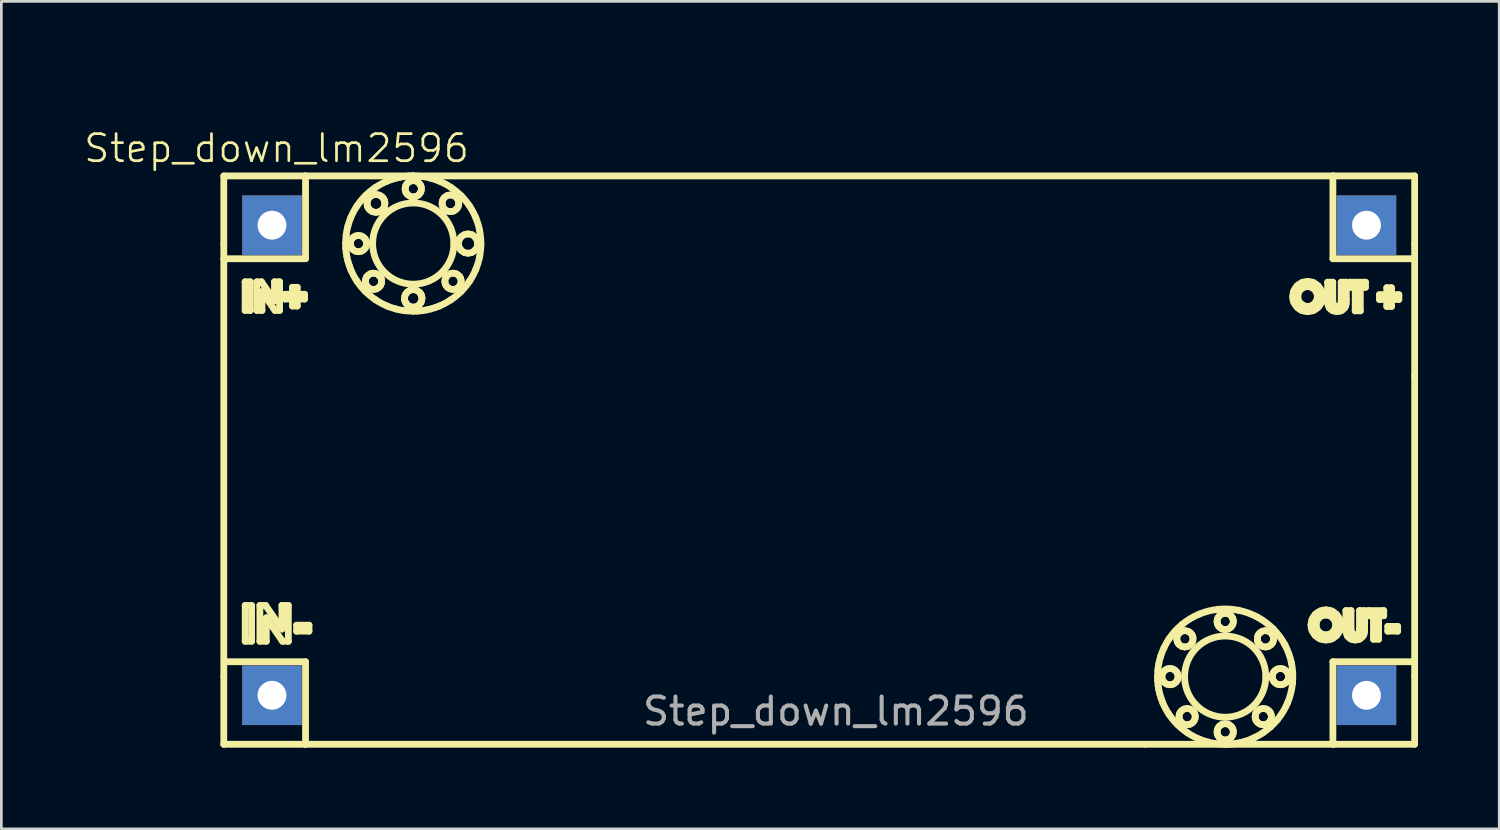
<source format=kicad_pcb>
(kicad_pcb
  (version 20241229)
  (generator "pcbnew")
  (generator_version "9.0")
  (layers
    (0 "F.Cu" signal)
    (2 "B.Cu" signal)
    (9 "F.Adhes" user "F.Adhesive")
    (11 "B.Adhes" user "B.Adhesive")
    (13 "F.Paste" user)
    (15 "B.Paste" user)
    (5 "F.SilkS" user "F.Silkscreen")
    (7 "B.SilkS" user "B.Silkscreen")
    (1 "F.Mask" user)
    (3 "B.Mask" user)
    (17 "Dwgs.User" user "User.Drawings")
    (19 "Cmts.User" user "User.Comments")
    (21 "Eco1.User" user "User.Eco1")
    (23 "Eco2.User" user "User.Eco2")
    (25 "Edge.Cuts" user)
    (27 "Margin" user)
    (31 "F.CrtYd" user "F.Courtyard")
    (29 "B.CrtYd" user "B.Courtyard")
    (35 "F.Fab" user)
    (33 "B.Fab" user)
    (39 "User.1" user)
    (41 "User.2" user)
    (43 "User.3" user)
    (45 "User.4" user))
  (footprint "Step_down_lm2596"
    (layer "F.Cu")
    (at 4.819 0.25)
    (property "Reference" "Step_down_lm2596" (at 2.35 2.18 0) (unlocked yes) (layer "F.SilkS") (effects (font (size 1 1) (thickness 0.1))))
    (attr through_hole)
    (fp_line (start 0.4 3.2) (end 0.4 5.7) (stroke (width 0.25) (type solid)) (layer "F.SilkS"))
    (fp_line (start 0.4 5.7) (end 0.4 21.7) (stroke (width 0.25) (type solid)) (layer "F.SilkS"))
    (fp_line (start 0.4 6.26) (end 3.42 6.26) (stroke (width 0.25) (type solid)) (layer "F.SilkS"))
    (fp_line (start 0.4 21.7) (end 0.4 24.2) (stroke (width 0.25) (type solid)) (layer "F.SilkS"))
    (fp_line (start 0.4 24.2) (end 3.4 24.2) (stroke (width 0.25) (type solid)) (layer "F.SilkS"))
    (fp_line (start 1.187 7.112) (end 1.377 7.112) (stroke (width 0.25) (type solid)) (layer "F.SilkS"))
    (fp_line (start 1.187 8.17) (end 1.187 7.112) (stroke (width 0.25) (type solid)) (layer "F.SilkS"))
    (fp_line (start 1.19 19.071) (end 1.428 19.071) (stroke (width 0.25) (type solid)) (layer "F.SilkS"))
    (fp_line (start 1.19 20.394) (end 1.19 19.071) (stroke (width 0.25) (type solid)) (layer "F.SilkS"))
    (fp_line (start 1.377 7.112) (end 1.377 8.17) (stroke (width 0.25) (type solid)) (layer "F.SilkS"))
    (fp_line (start 1.377 8.17) (end 1.187 8.17) (stroke (width 0.25) (type solid)) (layer "F.SilkS"))
    (fp_line (start 1.428 19.071) (end 1.428 20.394) (stroke (width 0.25) (type solid)) (layer "F.SilkS"))
    (fp_line (start 1.428 20.394) (end 1.19 20.394) (stroke (width 0.25) (type solid)) (layer "F.SilkS"))
    (fp_line (start 1.621 7.112) (end 1.792 7.112) (stroke (width 0.25) (type solid)) (layer "F.SilkS"))
    (fp_line (start 1.621 8.17) (end 1.621 7.112) (stroke (width 0.25) (type solid)) (layer "F.SilkS"))
    (fp_line (start 1.733 19.071) (end 1.947 19.071) (stroke (width 0.25) (type solid)) (layer "F.SilkS"))
    (fp_line (start 1.733 20.394) (end 1.733 19.071) (stroke (width 0.25) (type solid)) (layer "F.SilkS"))
    (fp_line (start 1.792 7.112) (end 2.272 7.808) (stroke (width 0.25) (type solid)) (layer "F.SilkS"))
    (fp_line (start 1.811 7.476) (end 1.811 8.17) (stroke (width 0.25) (type solid)) (layer "F.SilkS"))
    (fp_line (start 1.811 8.17) (end 1.621 8.17) (stroke (width 0.25) (type solid)) (layer "F.SilkS"))
    (fp_line (start 1.947 19.071) (end 2.547 19.942) (stroke (width 0.25) (type solid)) (layer "F.SilkS"))
    (fp_line (start 1.971 19.526) (end 1.971 20.394) (stroke (width 0.25) (type solid)) (layer "F.SilkS"))
    (fp_line (start 1.971 20.394) (end 1.733 20.394) (stroke (width 0.25) (type solid)) (layer "F.SilkS"))
    (fp_line (start 2.272 7.112) (end 2.462 7.112) (stroke (width 0.25) (type solid)) (layer "F.SilkS"))
    (fp_line (start 2.272 7.808) (end 2.272 7.112) (stroke (width 0.25) (type solid)) (layer "F.SilkS"))
    (fp_line (start 2.29 8.17) (end 1.811 7.476) (stroke (width 0.25) (type solid)) (layer "F.SilkS"))
    (fp_line (start 2.462 7.112) (end 2.462 8.17) (stroke (width 0.25) (type solid)) (layer "F.SilkS"))
    (fp_line (start 2.462 8.17) (end 2.29 8.17) (stroke (width 0.25) (type solid)) (layer "F.SilkS"))
    (fp_line (start 2.547 19.071) (end 2.785 19.071) (stroke (width 0.25) (type solid)) (layer "F.SilkS"))
    (fp_line (start 2.547 19.942) (end 2.547 19.071) (stroke (width 0.25) (type solid)) (layer "F.SilkS"))
    (fp_line (start 2.569 20.394) (end 1.971 19.526) (stroke (width 0.25) (type solid)) (layer "F.SilkS"))
    (fp_line (start 2.666 7.573) (end 2.937 7.573) (stroke (width 0.25) (type solid)) (layer "F.SilkS"))
    (fp_line (start 2.666 7.749) (end 2.666 7.573) (stroke (width 0.25) (type solid)) (layer "F.SilkS"))
    (fp_line (start 2.785 19.071) (end 2.785 20.394) (stroke (width 0.25) (type solid)) (layer "F.SilkS"))
    (fp_line (start 2.785 20.394) (end 2.569 20.394) (stroke (width 0.25) (type solid)) (layer "F.SilkS"))
    (fp_line (start 2.937 7.315) (end 3.114 7.315) (stroke (width 0.25) (type solid)) (layer "F.SilkS"))
    (fp_line (start 2.937 7.573) (end 2.937 7.315) (stroke (width 0.25) (type solid)) (layer "F.SilkS"))
    (fp_line (start 2.937 7.749) (end 2.666 7.749) (stroke (width 0.25) (type solid)) (layer "F.SilkS"))
    (fp_line (start 2.937 8.007) (end 2.937 7.749) (stroke (width 0.25) (type solid)) (layer "F.SilkS"))
    (fp_line (start 3.09 19.8) (end 3.548 19.8) (stroke (width 0.25) (type solid)) (layer "F.SilkS"))
    (fp_line (start 3.09 20.021) (end 3.09 19.8) (stroke (width 0.25) (type solid)) (layer "F.SilkS"))
    (fp_line (start 3.114 7.315) (end 3.114 7.573) (stroke (width 0.25) (type solid)) (layer "F.SilkS"))
    (fp_line (start 3.114 7.573) (end 3.385 7.573) (stroke (width 0.25) (type solid)) (layer "F.SilkS"))
    (fp_line (start 3.114 7.749) (end 3.114 8.007) (stroke (width 0.25) (type solid)) (layer "F.SilkS"))
    (fp_line (start 3.114 8.007) (end 2.937 8.007) (stroke (width 0.25) (type solid)) (layer "F.SilkS"))
    (fp_line (start 3.385 7.573) (end 3.385 7.749) (stroke (width 0.25) (type solid)) (layer "F.SilkS"))
    (fp_line (start 3.385 7.749) (end 3.114 7.749) (stroke (width 0.25) (type solid)) (layer "F.SilkS"))
    (fp_line (start 3.4 3.2) (end 0.4 3.2) (stroke (width 0.25) (type solid)) (layer "F.SilkS"))
    (fp_line (start 3.4 24.2) (end 34.452 24.2) (stroke (width 0.25) (type solid)) (layer "F.SilkS"))
    (fp_line (start 3.42 6.26) (end 3.42 3.2) (stroke (width 0.25) (type solid)) (layer "F.SilkS"))
    (fp_line (start 3.42 21.15) (end 0.41 21.15) (stroke (width 0.25) (type solid)) (layer "F.SilkS"))
    (fp_line (start 3.42 24.2) (end 3.42 21.15) (stroke (width 0.25) (type solid)) (layer "F.SilkS"))
    (fp_line (start 3.548 19.8) (end 3.548 20.021) (stroke (width 0.25) (type solid)) (layer "F.SilkS"))
    (fp_line (start 3.548 20.021) (end 3.09 20.021) (stroke (width 0.25) (type solid)) (layer "F.SilkS"))
    (fp_line (start 7.4 3.2) (end 3.4 3.2) (stroke (width 0.25) (type solid)) (layer "F.SilkS"))
    (fp_line (start 34.452 24.2) (end 37.4 24.2) (stroke (width 0.25) (type solid)) (layer "F.SilkS"))
    (fp_line (start 37.4 24.2) (end 41.4 24.2) (stroke (width 0.25) (type solid)) (layer "F.SilkS"))
    (fp_line (start 41.185 7.127) (end 41.375 7.127) (stroke (width 0.25) (type solid)) (layer "F.SilkS"))
    (fp_line (start 41.185 7.758) (end 41.185 7.127) (stroke (width 0.25) (type solid)) (layer "F.SilkS"))
    (fp_line (start 41.375 7.127) (end 41.375 7.816) (stroke (width 0.25) (type solid)) (layer "F.SilkS"))
    (fp_line (start 41.38 3.2) (end 41.38 6.26) (stroke (width 0.25) (type solid)) (layer "F.SilkS"))
    (fp_line (start 41.38 6.26) (end 44.4 6.26) (stroke (width 0.25) (type solid)) (layer "F.SilkS"))
    (fp_line (start 41.38 21.15) (end 41.38 24.2) (stroke (width 0.25) (type solid)) (layer "F.SilkS"))
    (fp_line (start 41.4 3.2) (end 7.4 3.2) (stroke (width 0.25) (type solid)) (layer "F.SilkS"))
    (fp_line (start 41.4 24.2) (end 44.4 24.2) (stroke (width 0.25) (type solid)) (layer "F.SilkS"))
    (fp_line (start 41.687 7.127) (end 41.877 7.127) (stroke (width 0.25) (type solid)) (layer "F.SilkS"))
    (fp_line (start 41.687 7.79) (end 41.687 7.127) (stroke (width 0.25) (type solid)) (layer "F.SilkS"))
    (fp_line (start 41.86 19.261) (end 42.05 19.261) (stroke (width 0.25) (type solid)) (layer "F.SilkS"))
    (fp_line (start 41.86 19.893) (end 41.86 19.261) (stroke (width 0.25) (type solid)) (layer "F.SilkS"))
    (fp_line (start 41.877 7.127) (end 41.877 7.758) (stroke (width 0.25) (type solid)) (layer "F.SilkS"))
    (fp_line (start 42.013 7.127) (end 42.583 7.127) (stroke (width 0.25) (type solid)) (layer "F.SilkS"))
    (fp_line (start 42.013 7.317) (end 42.013 7.127) (stroke (width 0.25) (type solid)) (layer "F.SilkS"))
    (fp_line (start 42.05 19.261) (end 42.05 19.95) (stroke (width 0.25) (type solid)) (layer "F.SilkS"))
    (fp_line (start 42.203 7.317) (end 42.013 7.317) (stroke (width 0.25) (type solid)) (layer "F.SilkS"))
    (fp_line (start 42.203 8.185) (end 42.203 7.317) (stroke (width 0.25) (type solid)) (layer "F.SilkS"))
    (fp_line (start 42.362 19.261) (end 42.552 19.261) (stroke (width 0.25) (type solid)) (layer "F.SilkS"))
    (fp_line (start 42.362 19.925) (end 42.362 19.261) (stroke (width 0.25) (type solid)) (layer "F.SilkS"))
    (fp_line (start 42.393 7.317) (end 42.393 8.185) (stroke (width 0.25) (type solid)) (layer "F.SilkS"))
    (fp_line (start 42.393 8.185) (end 42.203 8.185) (stroke (width 0.25) (type solid)) (layer "F.SilkS"))
    (fp_line (start 42.552 19.261) (end 42.552 19.893) (stroke (width 0.25) (type solid)) (layer "F.SilkS"))
    (fp_line (start 42.583 7.127) (end 42.583 7.317) (stroke (width 0.25) (type solid)) (layer "F.SilkS"))
    (fp_line (start 42.583 7.317) (end 42.393 7.317) (stroke (width 0.25) (type solid)) (layer "F.SilkS"))
    (fp_line (start 42.688 19.261) (end 43.258 19.261) (stroke (width 0.25) (type solid)) (layer "F.SilkS"))
    (fp_line (start 42.688 19.451) (end 42.688 19.261) (stroke (width 0.25) (type solid)) (layer "F.SilkS"))
    (fp_line (start 42.878 19.451) (end 42.688 19.451) (stroke (width 0.25) (type solid)) (layer "F.SilkS"))
    (fp_line (start 42.878 20.32) (end 42.878 19.451) (stroke (width 0.25) (type solid)) (layer "F.SilkS"))
    (fp_line (start 43.068 19.451) (end 43.068 20.32) (stroke (width 0.25) (type solid)) (layer "F.SilkS"))
    (fp_line (start 43.068 20.32) (end 42.878 20.32) (stroke (width 0.25) (type solid)) (layer "F.SilkS"))
    (fp_line (start 43.098 7.588) (end 43.37 7.588) (stroke (width 0.25) (type solid)) (layer "F.SilkS"))
    (fp_line (start 43.098 7.765) (end 43.098 7.588) (stroke (width 0.25) (type solid)) (layer "F.SilkS"))
    (fp_line (start 43.258 19.261) (end 43.258 19.451) (stroke (width 0.25) (type solid)) (layer "F.SilkS"))
    (fp_line (start 43.258 19.451) (end 43.068 19.451) (stroke (width 0.25) (type solid)) (layer "F.SilkS"))
    (fp_line (start 43.37 7.331) (end 43.546 7.331) (stroke (width 0.25) (type solid)) (layer "F.SilkS"))
    (fp_line (start 43.37 7.588) (end 43.37 7.331) (stroke (width 0.25) (type solid)) (layer "F.SilkS"))
    (fp_line (start 43.37 7.765) (end 43.098 7.765) (stroke (width 0.25) (type solid)) (layer "F.SilkS"))
    (fp_line (start 43.37 8.023) (end 43.37 7.765) (stroke (width 0.25) (type solid)) (layer "F.SilkS"))
    (fp_line (start 43.407 19.845) (end 43.773 19.845) (stroke (width 0.25) (type solid)) (layer "F.SilkS"))
    (fp_line (start 43.407 20.021) (end 43.407 19.845) (stroke (width 0.25) (type solid)) (layer "F.SilkS"))
    (fp_line (start 43.546 7.331) (end 43.546 7.588) (stroke (width 0.25) (type solid)) (layer "F.SilkS"))
    (fp_line (start 43.546 7.588) (end 43.817 7.588) (stroke (width 0.25) (type solid)) (layer "F.SilkS"))
    (fp_line (start 43.546 7.765) (end 43.546 8.023) (stroke (width 0.25) (type solid)) (layer "F.SilkS"))
    (fp_line (start 43.546 8.023) (end 43.37 8.023) (stroke (width 0.25) (type solid)) (layer "F.SilkS"))
    (fp_line (start 43.773 19.845) (end 43.773 20.021) (stroke (width 0.25) (type solid)) (layer "F.SilkS"))
    (fp_line (start 43.773 20.021) (end 43.407 20.021) (stroke (width 0.25) (type solid)) (layer "F.SilkS"))
    (fp_line (start 43.817 7.588) (end 43.817 7.765) (stroke (width 0.25) (type solid)) (layer "F.SilkS"))
    (fp_line (start 43.817 7.765) (end 43.546 7.765) (stroke (width 0.25) (type solid)) (layer "F.SilkS"))
    (fp_line (start 44.4 3.2) (end 41.4 3.2) (stroke (width 0.25) (type solid)) (layer "F.SilkS"))
    (fp_line (start 44.4 5.7) (end 44.4 3.2) (stroke (width 0.25) (type solid)) (layer "F.SilkS"))
    (fp_line (start 44.4 10.588) (end 44.4 5.7) (stroke (width 0.25) (type solid)) (layer "F.SilkS"))
    (fp_line (start 44.4 21.15) (end 41.38 21.15) (stroke (width 0.25) (type solid)) (layer "F.SilkS"))
    (fp_line (start 44.4 21.7) (end 44.4 10.588) (stroke (width 0.25) (type solid)) (layer "F.SilkS"))
    (fp_line (start 44.4 24.2) (end 44.4 21.7) (stroke (width 0.25) (type solid)) (layer "F.SilkS"))
    (fp_arc (start 5.9 5.7) (mid 7.4 4.2) (end 8.9 5.7) (stroke (width 0.25) (type solid)) (layer "F.SilkS"))
    (fp_arc (start 8.9 5.7) (mid 7.4 7.2) (end 5.9 5.7) (stroke (width 0.25) (type solid)) (layer "F.SilkS"))
    (fp_arc (start 35.9 21.7) (mid 37.4 20.2) (end 38.9 21.7) (stroke (width 0.25) (type solid)) (layer "F.SilkS"))
    (fp_arc (start 38.9 21.7) (mid 37.4 23.2) (end 35.9 21.7) (stroke (width 0.25) (type solid)) (layer "F.SilkS"))
    (fp_curve (pts (xy 4.9 5.7) (xy 4.901 5.755) (xy 4.902 5.81) (xy 4.905 5.865)) (stroke (width 0.25) (type solid)) (layer "F.SilkS"))
    (fp_curve (pts (xy 4.905 5.865) (xy 4.909 5.919) (xy 4.914 5.973) (xy 4.921 6.027)) (stroke (width 0.25) (type solid)) (layer "F.SilkS"))
    (fp_curve (pts (xy 4.921 5.373) (xy 4.908 5.481) (xy 4.904 5.591) (xy 4.9 5.7)) (stroke (width 0.25) (type solid)) (layer "F.SilkS"))
    (fp_curve (pts (xy 4.921 6.027) (xy 4.928 6.081) (xy 4.937 6.134) (xy 4.948 6.188)) (stroke (width 0.25) (type solid)) (layer "F.SilkS"))
    (fp_curve (pts (xy 4.948 6.188) (xy 4.958 6.241) (xy 4.97 6.294) (xy 4.985 6.346)) (stroke (width 0.25) (type solid)) (layer "F.SilkS"))
    (fp_curve (pts (xy 4.985 5.054) (xy 4.956 5.158) (xy 4.934 5.265) (xy 4.921 5.373)) (stroke (width 0.25) (type solid)) (layer "F.SilkS"))
    (fp_curve (pts (xy 4.985 6.346) (xy 4.999 6.399) (xy 5.015 6.451) (xy 5.032 6.502)) (stroke (width 0.25) (type solid)) (layer "F.SilkS"))
    (fp_curve (pts (xy 5.032 6.502) (xy 5.05 6.554) (xy 5.069 6.606) (xy 5.09 6.657)) (stroke (width 0.25) (type solid)) (layer "F.SilkS"))
    (fp_curve (pts (xy 5.075 5.7) (xy 5.076 5.72) (xy 5.077 5.74) (xy 5.08 5.76)) (stroke (width 0.25) (type solid)) (layer "F.SilkS"))
    (fp_curve (pts (xy 5.08 5.76) (xy 5.084 5.779) (xy 5.089 5.797) (xy 5.097 5.815)) (stroke (width 0.25) (type solid)) (layer "F.SilkS"))
    (fp_curve (pts (xy 5.085 5.621) (xy 5.078 5.647) (xy 5.077 5.673) (xy 5.075 5.7)) (stroke (width 0.25) (type solid)) (layer "F.SilkS"))
    (fp_curve (pts (xy 5.09 4.743) (xy 5.048 4.844) (xy 5.013 4.948) (xy 4.985 5.054)) (stroke (width 0.25) (type solid)) (layer "F.SilkS"))
    (fp_curve (pts (xy 5.09 6.657) (xy 5.153 6.808) (xy 5.23 6.953) (xy 5.321 7.089)) (stroke (width 0.25) (type solid)) (layer "F.SilkS"))
    (fp_curve (pts (xy 5.097 5.815) (xy 5.104 5.833) (xy 5.113 5.85) (xy 5.124 5.866)) (stroke (width 0.25) (type solid)) (layer "F.SilkS"))
    (fp_curve (pts (xy 5.114 5.55) (xy 5.101 5.572) (xy 5.091 5.596) (xy 5.085 5.621)) (stroke (width 0.25) (type solid)) (layer "F.SilkS"))
    (fp_curve (pts (xy 5.124 5.866) (xy 5.135 5.882) (xy 5.148 5.898) (xy 5.163 5.912)) (stroke (width 0.25) (type solid)) (layer "F.SilkS"))
    (fp_curve (pts (xy 5.163 5.488) (xy 5.144 5.507) (xy 5.127 5.527) (xy 5.114 5.55)) (stroke (width 0.25) (type solid)) (layer "F.SilkS"))
    (fp_curve (pts (xy 5.163 5.912) (xy 5.19 5.94) (xy 5.223 5.963) (xy 5.259 5.978)) (stroke (width 0.25) (type solid)) (layer "F.SilkS"))
    (fp_curve (pts (xy 5.259 5.978) (xy 5.296 5.993) (xy 5.335 6) (xy 5.375 6)) (stroke (width 0.25) (type solid)) (layer "F.SilkS"))
    (fp_curve (pts (xy 5.26 5.422) (xy 5.224 5.437) (xy 5.191 5.46) (xy 5.163 5.488)) (stroke (width 0.25) (type solid)) (layer "F.SilkS"))
    (fp_curve (pts (xy 5.321 7.089) (xy 5.412 7.225) (xy 5.516 7.352) (xy 5.632 7.468)) (stroke (width 0.25) (type solid)) (layer "F.SilkS"))
    (fp_curve (pts (xy 5.321 4.311) (xy 5.23 4.447) (xy 5.153 4.592) (xy 5.09 4.743)) (stroke (width 0.25) (type solid)) (layer "F.SilkS"))
    (fp_curve (pts (xy 5.375 5.4) (xy 5.335 5.4) (xy 5.296 5.407) (xy 5.26 5.422)) (stroke (width 0.25) (type solid)) (layer "F.SilkS"))
    (fp_curve (pts (xy 5.375 6) (xy 5.414 6) (xy 5.454 5.993) (xy 5.49 5.978)) (stroke (width 0.25) (type solid)) (layer "F.SilkS"))
    (fp_curve (pts (xy 5.49 5.978) (xy 5.526 5.963) (xy 5.559 5.94) (xy 5.587 5.912)) (stroke (width 0.25) (type solid)) (layer "F.SilkS"))
    (fp_curve (pts (xy 5.49 5.422) (xy 5.454 5.407) (xy 5.414 5.4) (xy 5.375 5.4)) (stroke (width 0.25) (type solid)) (layer "F.SilkS"))
    (fp_curve (pts (xy 5.587 5.488) (xy 5.559 5.46) (xy 5.526 5.437) (xy 5.49 5.422)) (stroke (width 0.25) (type solid)) (layer "F.SilkS"))
    (fp_curve (pts (xy 5.587 5.912) (xy 5.606 5.893) (xy 5.622 5.873) (xy 5.636 5.85)) (stroke (width 0.25) (type solid)) (layer "F.SilkS"))
    (fp_curve (pts (xy 5.625 5.534) (xy 5.614 5.518) (xy 5.601 5.502) (xy 5.587 5.488)) (stroke (width 0.25) (type solid)) (layer "F.SilkS"))
    (fp_curve (pts (xy 5.631 7.094) (xy 5.632 7.114) (xy 5.633 7.134) (xy 5.636 7.154)) (stroke (width 0.25) (type solid)) (layer "F.SilkS"))
    (fp_curve (pts (xy 5.632 3.932) (xy 5.517 4.048) (xy 5.412 4.175) (xy 5.321 4.311)) (stroke (width 0.25) (type solid)) (layer "F.SilkS"))
    (fp_curve (pts (xy 5.632 7.468) (xy 5.748 7.583) (xy 5.875 7.688) (xy 6.011 7.779)) (stroke (width 0.25) (type solid)) (layer "F.SilkS"))
    (fp_curve (pts (xy 5.636 5.85) (xy 5.649 5.828) (xy 5.659 5.804) (xy 5.665 5.779)) (stroke (width 0.25) (type solid)) (layer "F.SilkS"))
    (fp_curve (pts (xy 5.636 7.154) (xy 5.64 7.173) (xy 5.645 7.191) (xy 5.653 7.209)) (stroke (width 0.25) (type solid)) (layer "F.SilkS"))
    (fp_curve (pts (xy 5.641 7.015) (xy 5.634 7.041) (xy 5.633 7.067) (xy 5.631 7.094)) (stroke (width 0.25) (type solid)) (layer "F.SilkS"))
    (fp_curve (pts (xy 5.653 7.209) (xy 5.66 7.227) (xy 5.669 7.244) (xy 5.68 7.26)) (stroke (width 0.25) (type solid)) (layer "F.SilkS"))
    (fp_curve (pts (xy 5.653 5.585) (xy 5.645 5.567) (xy 5.636 5.55) (xy 5.625 5.534)) (stroke (width 0.25) (type solid)) (layer "F.SilkS"))
    (fp_curve (pts (xy 5.665 5.779) (xy 5.671 5.753) (xy 5.673 5.727) (xy 5.675 5.7)) (stroke (width 0.25) (type solid)) (layer "F.SilkS"))
    (fp_curve (pts (xy 5.669 5.64) (xy 5.666 5.621) (xy 5.66 5.603) (xy 5.653 5.585)) (stroke (width 0.25) (type solid)) (layer "F.SilkS"))
    (fp_curve (pts (xy 5.67 6.944) (xy 5.657 6.966) (xy 5.647 6.99) (xy 5.641 7.015)) (stroke (width 0.25) (type solid)) (layer "F.SilkS"))
    (fp_curve (pts (xy 5.675 5.7) (xy 5.674 5.68) (xy 5.673 5.66) (xy 5.669 5.64)) (stroke (width 0.25) (type solid)) (layer "F.SilkS"))
    (fp_curve (pts (xy 5.68 7.26) (xy 5.691 7.276) (xy 5.704 7.292) (xy 5.719 7.306)) (stroke (width 0.25) (type solid)) (layer "F.SilkS"))
    (fp_curve (pts (xy 5.693 4.216) (xy 5.694 4.233) (xy 5.694 4.251) (xy 5.697 4.268)) (stroke (width 0.25) (type solid)) (layer "F.SilkS"))
    (fp_curve (pts (xy 5.697 4.268) (xy 5.699 4.285) (xy 5.703 4.302) (xy 5.708 4.318)) (stroke (width 0.25) (type solid)) (layer "F.SilkS"))
    (fp_curve (pts (xy 5.704 4.129) (xy 5.697 4.157) (xy 5.695 4.186) (xy 5.693 4.216)) (stroke (width 0.25) (type solid)) (layer "F.SilkS"))
    (fp_curve (pts (xy 5.708 4.318) (xy 5.714 4.334) (xy 5.72 4.35) (xy 5.728 4.365)) (stroke (width 0.25) (type solid)) (layer "F.SilkS"))
    (fp_curve (pts (xy 5.719 6.882) (xy 5.7 6.9) (xy 5.683 6.921) (xy 5.67 6.944)) (stroke (width 0.25) (type solid)) (layer "F.SilkS"))
    (fp_curve (pts (xy 5.719 7.306) (xy 5.746 7.334) (xy 5.779 7.357) (xy 5.815 7.372)) (stroke (width 0.25) (type solid)) (layer "F.SilkS"))
    (fp_curve (pts (xy 5.728 4.365) (xy 5.736 4.38) (xy 5.745 4.394) (xy 5.755 4.408)) (stroke (width 0.25) (type solid)) (layer "F.SilkS"))
    (fp_curve (pts (xy 5.736 4.051) (xy 5.722 4.076) (xy 5.71 4.102) (xy 5.704 4.129)) (stroke (width 0.25) (type solid)) (layer "F.SilkS"))
    (fp_curve (pts (xy 5.755 4.408) (xy 5.765 4.422) (xy 5.777 4.436) (xy 5.789 4.448)) (stroke (width 0.25) (type solid)) (layer "F.SilkS"))
    (fp_curve (pts (xy 5.789 3.983) (xy 5.769 4.003) (xy 5.751 4.026) (xy 5.736 4.051)) (stroke (width 0.25) (type solid)) (layer "F.SilkS"))
    (fp_curve (pts (xy 5.789 4.448) (xy 5.82 4.479) (xy 5.856 4.504) (xy 5.896 4.521)) (stroke (width 0.25) (type solid)) (layer "F.SilkS"))
    (fp_curve (pts (xy 5.815 7.372) (xy 5.852 7.387) (xy 5.891 7.394) (xy 5.931 7.394)) (stroke (width 0.25) (type solid)) (layer "F.SilkS"))
    (fp_curve (pts (xy 5.816 6.816) (xy 5.78 6.831) (xy 5.747 6.854) (xy 5.719 6.882)) (stroke (width 0.25) (type solid)) (layer "F.SilkS"))
    (fp_curve (pts (xy 5.896 4.521) (xy 5.935 4.537) (xy 5.979 4.545) (xy 6.022 4.545)) (stroke (width 0.25) (type solid)) (layer "F.SilkS"))
    (fp_curve (pts (xy 5.896 3.91) (xy 5.856 3.927) (xy 5.82 3.952) (xy 5.789 3.983)) (stroke (width 0.25) (type solid)) (layer "F.SilkS"))
    (fp_curve (pts (xy 5.931 6.794) (xy 5.891 6.794) (xy 5.852 6.801) (xy 5.816 6.816)) (stroke (width 0.25) (type solid)) (layer "F.SilkS"))
    (fp_curve (pts (xy 5.931 7.394) (xy 5.97 7.394) (xy 6.01 7.387) (xy 6.046 7.372)) (stroke (width 0.25) (type solid)) (layer "F.SilkS"))
    (fp_curve (pts (xy 6.011 7.779) (xy 6.147 7.87) (xy 6.292 7.947) (xy 6.443 8.01)) (stroke (width 0.25) (type solid)) (layer "F.SilkS"))
    (fp_curve (pts (xy 6.011 3.621) (xy 5.875 3.712) (xy 5.748 3.816) (xy 5.632 3.932)) (stroke (width 0.25) (type solid)) (layer "F.SilkS"))
    (fp_curve (pts (xy 6.022 3.886) (xy 5.979 3.886) (xy 5.936 3.894) (xy 5.896 3.91)) (stroke (width 0.25) (type solid)) (layer "F.SilkS"))
    (fp_curve (pts (xy 6.022 4.545) (xy 6.066 4.545) (xy 6.109 4.537) (xy 6.148 4.521)) (stroke (width 0.25) (type solid)) (layer "F.SilkS"))
    (fp_curve (pts (xy 6.046 7.372) (xy 6.082 7.357) (xy 6.115 7.334) (xy 6.143 7.306)) (stroke (width 0.25) (type solid)) (layer "F.SilkS"))
    (fp_curve (pts (xy 6.046 6.816) (xy 6.01 6.801) (xy 5.97 6.794) (xy 5.931 6.794)) (stroke (width 0.25) (type solid)) (layer "F.SilkS"))
    (fp_curve (pts (xy 6.143 6.882) (xy 6.115 6.854) (xy 6.082 6.831) (xy 6.046 6.816)) (stroke (width 0.25) (type solid)) (layer "F.SilkS"))
    (fp_curve (pts (xy 6.143 7.306) (xy 6.162 7.287) (xy 6.178 7.266) (xy 6.192 7.244)) (stroke (width 0.25) (type solid)) (layer "F.SilkS"))
    (fp_curve (pts (xy 6.148 4.521) (xy 6.188 4.504) (xy 6.225 4.479) (xy 6.255 4.448)) (stroke (width 0.25) (type solid)) (layer "F.SilkS"))
    (fp_curve (pts (xy 6.149 3.911) (xy 6.109 3.894) (xy 6.066 3.886) (xy 6.022 3.886)) (stroke (width 0.25) (type solid)) (layer "F.SilkS"))
    (fp_curve (pts (xy 6.181 6.928) (xy 6.17 6.911) (xy 6.157 6.896) (xy 6.143 6.882)) (stroke (width 0.25) (type solid)) (layer "F.SilkS"))
    (fp_curve (pts (xy 6.192 7.244) (xy 6.205 7.221) (xy 6.215 7.198) (xy 6.221 7.173)) (stroke (width 0.25) (type solid)) (layer "F.SilkS"))
    (fp_curve (pts (xy 6.209 6.979) (xy 6.201 6.961) (xy 6.192 6.944) (xy 6.181 6.928)) (stroke (width 0.25) (type solid)) (layer "F.SilkS"))
    (fp_curve (pts (xy 6.221 7.173) (xy 6.227 7.147) (xy 6.229 7.12) (xy 6.231 7.094)) (stroke (width 0.25) (type solid)) (layer "F.SilkS"))
    (fp_curve (pts (xy 6.225 7.034) (xy 6.222 7.015) (xy 6.216 6.997) (xy 6.209 6.979)) (stroke (width 0.25) (type solid)) (layer "F.SilkS"))
    (fp_curve (pts (xy 6.231 7.094) (xy 6.23 7.074) (xy 6.229 7.054) (xy 6.225 7.034)) (stroke (width 0.25) (type solid)) (layer "F.SilkS"))
    (fp_curve (pts (xy 6.255 3.983) (xy 6.225 3.952) (xy 6.189 3.927) (xy 6.149 3.911)) (stroke (width 0.25) (type solid)) (layer "F.SilkS"))
    (fp_curve (pts (xy 6.255 4.448) (xy 6.276 4.428) (xy 6.294 4.405) (xy 6.309 4.38)) (stroke (width 0.25) (type solid)) (layer "F.SilkS"))
    (fp_curve (pts (xy 6.29 4.023) (xy 6.279 4.009) (xy 6.268 3.995) (xy 6.255 3.983)) (stroke (width 0.25) (type solid)) (layer "F.SilkS"))
    (fp_curve (pts (xy 6.309 4.38) (xy 6.323 4.356) (xy 6.334 4.329) (xy 6.341 4.302)) (stroke (width 0.25) (type solid)) (layer "F.SilkS"))
    (fp_curve (pts (xy 6.317 4.066) (xy 6.309 4.051) (xy 6.3 4.037) (xy 6.29 4.023)) (stroke (width 0.25) (type solid)) (layer "F.SilkS"))
    (fp_curve (pts (xy 6.336 4.113) (xy 6.331 4.097) (xy 6.325 4.081) (xy 6.317 4.066)) (stroke (width 0.25) (type solid)) (layer "F.SilkS"))
    (fp_curve (pts (xy 6.341 4.302) (xy 6.348 4.274) (xy 6.35 4.245) (xy 6.352 4.216)) (stroke (width 0.25) (type solid)) (layer "F.SilkS"))
    (fp_curve (pts (xy 6.348 4.163) (xy 6.345 4.146) (xy 6.341 4.129) (xy 6.336 4.113)) (stroke (width 0.25) (type solid)) (layer "F.SilkS"))
    (fp_curve (pts (xy 6.352 4.216) (xy 6.351 4.198) (xy 6.35 4.18) (xy 6.348 4.163)) (stroke (width 0.25) (type solid)) (layer "F.SilkS"))
    (fp_curve (pts (xy 6.443 3.39) (xy 6.292 3.453) (xy 6.147 3.53) (xy 6.011 3.621)) (stroke (width 0.25) (type solid)) (layer "F.SilkS"))
    (fp_curve (pts (xy 6.443 8.01) (xy 6.544 8.052) (xy 6.648 8.087) (xy 6.754 8.115)) (stroke (width 0.25) (type solid)) (layer "F.SilkS"))
    (fp_curve (pts (xy 6.598 3.332) (xy 6.546 3.35) (xy 6.494 3.369) (xy 6.443 3.39)) (stroke (width 0.25) (type solid)) (layer "F.SilkS"))
    (fp_curve (pts (xy 6.754 8.115) (xy 6.858 8.144) (xy 6.965 8.166) (xy 7.073 8.179)) (stroke (width 0.25) (type solid)) (layer "F.SilkS"))
    (fp_curve (pts (xy 6.754 3.285) (xy 6.701 3.299) (xy 6.649 3.315) (xy 6.598 3.332)) (stroke (width 0.25) (type solid)) (layer "F.SilkS"))
    (fp_curve (pts (xy 6.912 3.248) (xy 6.859 3.258) (xy 6.806 3.27) (xy 6.754 3.285)) (stroke (width 0.25) (type solid)) (layer "F.SilkS"))
    (fp_curve (pts (xy 7.073 8.179) (xy 7.181 8.192) (xy 7.291 8.196) (xy 7.4 8.2)) (stroke (width 0.25) (type solid)) (layer "F.SilkS"))
    (fp_curve (pts (xy 7.073 3.221) (xy 7.019 3.228) (xy 6.966 3.237) (xy 6.912 3.248)) (stroke (width 0.25) (type solid)) (layer "F.SilkS"))
    (fp_curve (pts (xy 7.078 7.725) (xy 7.079 7.742) (xy 7.08 7.76) (xy 7.082 7.777)) (stroke (width 0.25) (type solid)) (layer "F.SilkS"))
    (fp_curve (pts (xy 7.082 7.777) (xy 7.084 7.793) (xy 7.088 7.81) (xy 7.093 7.825)) (stroke (width 0.25) (type solid)) (layer "F.SilkS"))
    (fp_curve (pts (xy 7.089 7.641) (xy 7.082 7.668) (xy 7.08 7.697) (xy 7.078 7.725)) (stroke (width 0.25) (type solid)) (layer "F.SilkS"))
    (fp_curve (pts (xy 7.093 7.825) (xy 7.098 7.841) (xy 7.105 7.856) (xy 7.112 7.871)) (stroke (width 0.25) (type solid)) (layer "F.SilkS"))
    (fp_curve (pts (xy 7.1 3.675) (xy 7.101 3.695) (xy 7.102 3.715) (xy 7.105 3.735)) (stroke (width 0.25) (type solid)) (layer "F.SilkS"))
    (fp_curve (pts (xy 7.105 3.735) (xy 7.109 3.753) (xy 7.115 3.772) (xy 7.122 3.79)) (stroke (width 0.25) (type solid)) (layer "F.SilkS"))
    (fp_curve (pts (xy 7.11 3.596) (xy 7.103 3.622) (xy 7.102 3.648) (xy 7.1 3.675)) (stroke (width 0.25) (type solid)) (layer "F.SilkS"))
    (fp_curve (pts (xy 7.112 7.871) (xy 7.12 7.886) (xy 7.129 7.9) (xy 7.138 7.913)) (stroke (width 0.25) (type solid)) (layer "F.SilkS"))
    (fp_curve (pts (xy 7.12 7.565) (xy 7.106 7.588) (xy 7.095 7.614) (xy 7.089 7.641)) (stroke (width 0.25) (type solid)) (layer "F.SilkS"))
    (fp_curve (pts (xy 7.122 3.79) (xy 7.129 3.808) (xy 7.139 3.825) (xy 7.149 3.841)) (stroke (width 0.25) (type solid)) (layer "F.SilkS"))
    (fp_curve (pts (xy 7.138 7.913) (xy 7.149 7.927) (xy 7.16 7.941) (xy 7.172 7.953)) (stroke (width 0.25) (type solid)) (layer "F.SilkS"))
    (fp_curve (pts (xy 7.139 3.525) (xy 7.126 3.547) (xy 7.116 3.571) (xy 7.11 3.596)) (stroke (width 0.25) (type solid)) (layer "F.SilkS"))
    (fp_curve (pts (xy 7.149 3.841) (xy 7.161 3.857) (xy 7.174 3.873) (xy 7.188 3.887)) (stroke (width 0.25) (type solid)) (layer "F.SilkS"))
    (fp_curve (pts (xy 7.172 7.498) (xy 7.152 7.518) (xy 7.135 7.54) (xy 7.12 7.565)) (stroke (width 0.25) (type solid)) (layer "F.SilkS"))
    (fp_curve (pts (xy 7.172 7.953) (xy 7.202 7.982) (xy 7.237 8.007) (xy 7.276 8.023)) (stroke (width 0.25) (type solid)) (layer "F.SilkS"))
    (fp_curve (pts (xy 7.188 3.463) (xy 7.169 3.481) (xy 7.153 3.502) (xy 7.139 3.525)) (stroke (width 0.25) (type solid)) (layer "F.SilkS"))
    (fp_curve (pts (xy 7.188 3.887) (xy 7.216 3.915) (xy 7.248 3.938) (xy 7.285 3.953)) (stroke (width 0.25) (type solid)) (layer "F.SilkS"))
    (fp_curve (pts (xy 7.235 3.205) (xy 7.181 3.209) (xy 7.127 3.214) (xy 7.073 3.221)) (stroke (width 0.25) (type solid)) (layer "F.SilkS"))
    (fp_curve (pts (xy 7.276 8.023) (xy 7.315 8.04) (xy 7.358 8.047) (xy 7.4 8.047)) (stroke (width 0.25) (type solid)) (layer "F.SilkS"))
    (fp_curve (pts (xy 7.277 7.427) (xy 7.238 7.443) (xy 7.202 7.468) (xy 7.172 7.498)) (stroke (width 0.25) (type solid)) (layer "F.SilkS"))
    (fp_curve (pts (xy 7.285 3.953) (xy 7.321 3.968) (xy 7.36 3.975) (xy 7.4 3.975)) (stroke (width 0.25) (type solid)) (layer "F.SilkS"))
    (fp_curve (pts (xy 7.285 3.397) (xy 7.249 3.412) (xy 7.216 3.435) (xy 7.188 3.463)) (stroke (width 0.25) (type solid)) (layer "F.SilkS"))
    (fp_curve (pts (xy 7.4 3.2) (xy 7.345 3.201) (xy 7.29 3.202) (xy 7.235 3.205)) (stroke (width 0.25) (type solid)) (layer "F.SilkS"))
    (fp_curve (pts (xy 7.4 3.375) (xy 7.361 3.375) (xy 7.321 3.382) (xy 7.285 3.397)) (stroke (width 0.25) (type solid)) (layer "F.SilkS"))
    (fp_curve (pts (xy 7.4 3.975) (xy 7.439 3.975) (xy 7.479 3.968) (xy 7.515 3.953)) (stroke (width 0.25) (type solid)) (layer "F.SilkS"))
    (fp_curve (pts (xy 7.4 7.403) (xy 7.358 7.403) (xy 7.315 7.411) (xy 7.277 7.427)) (stroke (width 0.25) (type solid)) (layer "F.SilkS"))
    (fp_curve (pts (xy 7.4 8.047) (xy 7.442 8.047) (xy 7.485 8.04) (xy 7.523 8.024)) (stroke (width 0.25) (type solid)) (layer "F.SilkS"))
    (fp_curve (pts (xy 7.4 8.2) (xy 7.455 8.199) (xy 7.51 8.198) (xy 7.565 8.195)) (stroke (width 0.25) (type solid)) (layer "F.SilkS"))
    (fp_curve (pts (xy 7.515 3.953) (xy 7.551 3.938) (xy 7.584 3.915) (xy 7.612 3.887)) (stroke (width 0.25) (type solid)) (layer "F.SilkS"))
    (fp_curve (pts (xy 7.515 3.397) (xy 7.479 3.382) (xy 7.44 3.375) (xy 7.4 3.375)) (stroke (width 0.25) (type solid)) (layer "F.SilkS"))
    (fp_curve (pts (xy 7.523 8.024) (xy 7.562 8.007) (xy 7.598 7.983) (xy 7.628 7.953)) (stroke (width 0.25) (type solid)) (layer "F.SilkS"))
    (fp_curve (pts (xy 7.524 7.427) (xy 7.485 7.411) (xy 7.442 7.403) (xy 7.4 7.403)) (stroke (width 0.25) (type solid)) (layer "F.SilkS"))
    (fp_curve (pts (xy 7.565 8.195) (xy 7.619 8.191) (xy 7.673 8.186) (xy 7.727 8.179)) (stroke (width 0.25) (type solid)) (layer "F.SilkS"))
    (fp_curve (pts (xy 7.612 3.463) (xy 7.584 3.435) (xy 7.552 3.412) (xy 7.515 3.397)) (stroke (width 0.25) (type solid)) (layer "F.SilkS"))
    (fp_curve (pts (xy 7.612 3.887) (xy 7.631 3.868) (xy 7.647 3.847) (xy 7.661 3.824)) (stroke (width 0.25) (type solid)) (layer "F.SilkS"))
    (fp_curve (pts (xy 7.628 7.498) (xy 7.598 7.468) (xy 7.563 7.443) (xy 7.524 7.427)) (stroke (width 0.25) (type solid)) (layer "F.SilkS"))
    (fp_curve (pts (xy 7.628 7.953) (xy 7.648 7.933) (xy 7.665 7.91) (xy 7.68 7.886)) (stroke (width 0.25) (type solid)) (layer "F.SilkS"))
    (fp_curve (pts (xy 7.651 3.509) (xy 7.639 3.492) (xy 7.626 3.477) (xy 7.612 3.463)) (stroke (width 0.25) (type solid)) (layer "F.SilkS"))
    (fp_curve (pts (xy 7.661 3.824) (xy 7.674 3.802) (xy 7.684 3.778) (xy 7.69 3.754)) (stroke (width 0.25) (type solid)) (layer "F.SilkS"))
    (fp_curve (pts (xy 7.662 7.537) (xy 7.651 7.523) (xy 7.64 7.51) (xy 7.628 7.498)) (stroke (width 0.25) (type solid)) (layer "F.SilkS"))
    (fp_curve (pts (xy 7.678 3.56) (xy 7.671 3.542) (xy 7.661 3.525) (xy 7.651 3.509)) (stroke (width 0.25) (type solid)) (layer "F.SilkS"))
    (fp_curve (pts (xy 7.68 7.886) (xy 7.694 7.862) (xy 7.705 7.836) (xy 7.711 7.81)) (stroke (width 0.25) (type solid)) (layer "F.SilkS"))
    (fp_curve (pts (xy 7.688 7.579) (xy 7.68 7.565) (xy 7.671 7.55) (xy 7.662 7.537)) (stroke (width 0.25) (type solid)) (layer "F.SilkS"))
    (fp_curve (pts (xy 7.69 3.754) (xy 7.697 3.728) (xy 7.698 3.701) (xy 7.7 3.675)) (stroke (width 0.25) (type solid)) (layer "F.SilkS"))
    (fp_curve (pts (xy 7.695 3.615) (xy 7.691 3.596) (xy 7.685 3.578) (xy 7.678 3.56)) (stroke (width 0.25) (type solid)) (layer "F.SilkS"))
    (fp_curve (pts (xy 7.7 3.675) (xy 7.699 3.655) (xy 7.698 3.635) (xy 7.695 3.615)) (stroke (width 0.25) (type solid)) (layer "F.SilkS"))
    (fp_curve (pts (xy 7.707 7.625) (xy 7.702 7.609) (xy 7.695 7.594) (xy 7.688 7.579)) (stroke (width 0.25) (type solid)) (layer "F.SilkS"))
    (fp_curve (pts (xy 7.711 7.81) (xy 7.718 7.782) (xy 7.72 7.754) (xy 7.722 7.725)) (stroke (width 0.25) (type solid)) (layer "F.SilkS"))
    (fp_curve (pts (xy 7.718 7.674) (xy 7.716 7.657) (xy 7.712 7.641) (xy 7.707 7.625)) (stroke (width 0.25) (type solid)) (layer "F.SilkS"))
    (fp_curve (pts (xy 7.722 7.725) (xy 7.721 7.708) (xy 7.72 7.691) (xy 7.718 7.674)) (stroke (width 0.25) (type solid)) (layer "F.SilkS"))
    (fp_curve (pts (xy 7.727 8.179) (xy 7.781 8.172) (xy 7.834 8.163) (xy 7.888 8.152)) (stroke (width 0.25) (type solid)) (layer "F.SilkS"))
    (fp_curve (pts (xy 7.727 3.221) (xy 7.619 3.208) (xy 7.509 3.204) (xy 7.4 3.2)) (stroke (width 0.25) (type solid)) (layer "F.SilkS"))
    (fp_curve (pts (xy 7.888 8.152) (xy 7.941 8.142) (xy 7.994 8.13) (xy 8.046 8.115)) (stroke (width 0.25) (type solid)) (layer "F.SilkS"))
    (fp_curve (pts (xy 8.046 8.115) (xy 8.099 8.101) (xy 8.151 8.085) (xy 8.202 8.068)) (stroke (width 0.25) (type solid)) (layer "F.SilkS"))
    (fp_curve (pts (xy 8.046 3.285) (xy 7.942 3.256) (xy 7.835 3.234) (xy 7.727 3.221)) (stroke (width 0.25) (type solid)) (layer "F.SilkS"))
    (fp_curve (pts (xy 8.202 8.068) (xy 8.254 8.05) (xy 8.306 8.031) (xy 8.357 8.01)) (stroke (width 0.25) (type solid)) (layer "F.SilkS"))
    (fp_curve (pts (xy 8.357 3.39) (xy 8.256 3.348) (xy 8.152 3.313) (xy 8.046 3.285)) (stroke (width 0.25) (type solid)) (layer "F.SilkS"))
    (fp_curve (pts (xy 8.357 8.01) (xy 8.508 7.947) (xy 8.653 7.87) (xy 8.789 7.779)) (stroke (width 0.25) (type solid)) (layer "F.SilkS"))
    (fp_curve (pts (xy 8.466 4.212) (xy 8.467 4.232) (xy 8.468 4.253) (xy 8.471 4.273)) (stroke (width 0.25) (type solid)) (layer "F.SilkS"))
    (fp_curve (pts (xy 8.471 4.273) (xy 8.475 4.293) (xy 8.481 4.312) (xy 8.488 4.33)) (stroke (width 0.25) (type solid)) (layer "F.SilkS"))
    (fp_curve (pts (xy 8.476 4.131) (xy 8.469 4.157) (xy 8.467 4.185) (xy 8.466 4.212)) (stroke (width 0.25) (type solid)) (layer "F.SilkS"))
    (fp_curve (pts (xy 8.488 4.33) (xy 8.496 4.348) (xy 8.505 4.366) (xy 8.516 4.382)) (stroke (width 0.25) (type solid)) (layer "F.SilkS"))
    (fp_curve (pts (xy 8.506 4.058) (xy 8.492 4.081) (xy 8.482 4.105) (xy 8.476 4.131)) (stroke (width 0.25) (type solid)) (layer "F.SilkS"))
    (fp_curve (pts (xy 8.516 4.382) (xy 8.528 4.399) (xy 8.541 4.415) (xy 8.556 4.43)) (stroke (width 0.25) (type solid)) (layer "F.SilkS"))
    (fp_curve (pts (xy 8.556 3.994) (xy 8.536 4.013) (xy 8.52 4.035) (xy 8.506 4.058)) (stroke (width 0.25) (type solid)) (layer "F.SilkS"))
    (fp_curve (pts (xy 8.556 4.43) (xy 8.584 4.458) (xy 8.618 4.482) (xy 8.655 4.497)) (stroke (width 0.25) (type solid)) (layer "F.SilkS"))
    (fp_curve (pts (xy 8.569 7.094) (xy 8.57 7.114) (xy 8.571 7.134) (xy 8.575 7.154)) (stroke (width 0.25) (type solid)) (layer "F.SilkS"))
    (fp_curve (pts (xy 8.575 7.154) (xy 8.578 7.173) (xy 8.584 7.191) (xy 8.591 7.209)) (stroke (width 0.25) (type solid)) (layer "F.SilkS"))
    (fp_curve (pts (xy 8.579 7.015) (xy 8.573 7.041) (xy 8.571 7.067) (xy 8.569 7.094)) (stroke (width 0.25) (type solid)) (layer "F.SilkS"))
    (fp_curve (pts (xy 8.591 7.209) (xy 8.599 7.227) (xy 8.608 7.244) (xy 8.619 7.26)) (stroke (width 0.25) (type solid)) (layer "F.SilkS"))
    (fp_curve (pts (xy 8.608 6.944) (xy 8.595 6.966) (xy 8.585 6.99) (xy 8.579 7.015)) (stroke (width 0.25) (type solid)) (layer "F.SilkS"))
    (fp_curve (pts (xy 8.619 7.26) (xy 8.63 7.276) (xy 8.643 7.292) (xy 8.657 7.306)) (stroke (width 0.25) (type solid)) (layer "F.SilkS"))
    (fp_curve (pts (xy 8.655 4.497) (xy 8.692 4.513) (xy 8.733 4.52) (xy 8.774 4.52)) (stroke (width 0.25) (type solid)) (layer "F.SilkS"))
    (fp_curve (pts (xy 8.656 3.926) (xy 8.618 3.942) (xy 8.584 3.965) (xy 8.556 3.994)) (stroke (width 0.25) (type solid)) (layer "F.SilkS"))
    (fp_curve (pts (xy 8.657 6.882) (xy 8.638 6.9) (xy 8.622 6.921) (xy 8.608 6.944)) (stroke (width 0.25) (type solid)) (layer "F.SilkS"))
    (fp_curve (pts (xy 8.657 7.306) (xy 8.685 7.334) (xy 8.718 7.357) (xy 8.754 7.372)) (stroke (width 0.25) (type solid)) (layer "F.SilkS"))
    (fp_curve (pts (xy 8.754 7.372) (xy 8.79 7.387) (xy 8.83 7.394) (xy 8.869 7.394)) (stroke (width 0.25) (type solid)) (layer "F.SilkS"))
    (fp_curve (pts (xy 8.754 6.816) (xy 8.718 6.831) (xy 8.685 6.854) (xy 8.657 6.882)) (stroke (width 0.25) (type solid)) (layer "F.SilkS"))
    (fp_curve (pts (xy 8.774 3.904) (xy 8.733 3.904) (xy 8.693 3.911) (xy 8.656 3.926)) (stroke (width 0.25) (type solid)) (layer "F.SilkS"))
    (fp_curve (pts (xy 8.774 4.52) (xy 8.814 4.52) (xy 8.854 4.513) (xy 8.892 4.497)) (stroke (width 0.25) (type solid)) (layer "F.SilkS"))
    (fp_curve (pts (xy 8.789 7.779) (xy 8.925 7.688) (xy 9.052 7.584) (xy 9.168 7.468)) (stroke (width 0.25) (type solid)) (layer "F.SilkS"))
    (fp_curve (pts (xy 8.789 3.621) (xy 8.653 3.53) (xy 8.508 3.453) (xy 8.357 3.39)) (stroke (width 0.25) (type solid)) (layer "F.SilkS"))
    (fp_curve (pts (xy 8.869 6.794) (xy 8.83 6.794) (xy 8.79 6.801) (xy 8.754 6.816)) (stroke (width 0.25) (type solid)) (layer "F.SilkS"))
    (fp_curve (pts (xy 8.869 7.394) (xy 8.909 7.394) (xy 8.948 7.387) (xy 8.984 7.372)) (stroke (width 0.25) (type solid)) (layer "F.SilkS"))
    (fp_curve (pts (xy 8.892 4.497) (xy 8.929 4.482) (xy 8.963 4.458) (xy 8.991 4.43)) (stroke (width 0.25) (type solid)) (layer "F.SilkS"))
    (fp_curve (pts (xy 8.892 3.926) (xy 8.855 3.911) (xy 8.814 3.904) (xy 8.774 3.904)) (stroke (width 0.25) (type solid)) (layer "F.SilkS"))
    (fp_curve (pts (xy 8.984 7.372) (xy 9.02 7.357) (xy 9.053 7.334) (xy 9.081 7.306)) (stroke (width 0.25) (type solid)) (layer "F.SilkS"))
    (fp_curve (pts (xy 8.985 6.816) (xy 8.948 6.801) (xy 8.909 6.794) (xy 8.869 6.794)) (stroke (width 0.25) (type solid)) (layer "F.SilkS"))
    (fp_curve (pts (xy 8.991 3.994) (xy 8.963 3.966) (xy 8.929 3.942) (xy 8.892 3.926)) (stroke (width 0.25) (type solid)) (layer "F.SilkS"))
    (fp_curve (pts (xy 8.991 4.43) (xy 9.011 4.41) (xy 9.028 4.389) (xy 9.042 4.365)) (stroke (width 0.25) (type solid)) (layer "F.SilkS"))
    (fp_curve (pts (xy 9.031 4.042) (xy 9.019 4.025) (xy 9.006 4.009) (xy 8.991 3.994)) (stroke (width 0.25) (type solid)) (layer "F.SilkS"))
    (fp_curve (pts (xy 9.042 4.365) (xy 9.055 4.343) (xy 9.065 4.318) (xy 9.072 4.293)) (stroke (width 0.25) (type solid)) (layer "F.SilkS"))
    (fp_curve (pts (xy 9.059 4.094) (xy 9.051 4.075) (xy 9.042 4.058) (xy 9.031 4.042)) (stroke (width 0.25) (type solid)) (layer "F.SilkS"))
    (fp_curve (pts (xy 9.07 5.7) (xy 9.071 5.719) (xy 9.072 5.738) (xy 9.074 5.757)) (stroke (width 0.25) (type solid)) (layer "F.SilkS"))
    (fp_curve (pts (xy 9.072 4.293) (xy 9.078 4.266) (xy 9.08 4.239) (xy 9.082 4.212)) (stroke (width 0.25) (type solid)) (layer "F.SilkS"))
    (fp_curve (pts (xy 9.074 5.757) (xy 9.077 5.775) (xy 9.081 5.793) (xy 9.087 5.811)) (stroke (width 0.25) (type solid)) (layer "F.SilkS"))
    (fp_curve (pts (xy 9.076 4.15) (xy 9.073 4.131) (xy 9.067 4.112) (xy 9.059 4.094)) (stroke (width 0.25) (type solid)) (layer "F.SilkS"))
    (fp_curve (pts (xy 9.081 6.882) (xy 9.054 6.854) (xy 9.021 6.831) (xy 8.985 6.816)) (stroke (width 0.25) (type solid)) (layer "F.SilkS"))
    (fp_curve (pts (xy 9.081 7.306) (xy 9.1 7.287) (xy 9.117 7.266) (xy 9.13 7.244)) (stroke (width 0.25) (type solid)) (layer "F.SilkS"))
    (fp_curve (pts (xy 9.082 5.607) (xy 9.074 5.637) (xy 9.072 5.669) (xy 9.07 5.7)) (stroke (width 0.25) (type solid)) (layer "F.SilkS"))
    (fp_curve (pts (xy 9.082 4.212) (xy 9.081 4.191) (xy 9.08 4.171) (xy 9.076 4.15)) (stroke (width 0.25) (type solid)) (layer "F.SilkS"))
    (fp_curve (pts (xy 9.087 5.811) (xy 9.092 5.828) (xy 9.099 5.845) (xy 9.107 5.861)) (stroke (width 0.25) (type solid)) (layer "F.SilkS"))
    (fp_curve (pts (xy 9.107 5.861) (xy 9.116 5.877) (xy 9.126 5.893) (xy 9.137 5.908)) (stroke (width 0.25) (type solid)) (layer "F.SilkS"))
    (fp_curve (pts (xy 9.116 5.523) (xy 9.101 5.549) (xy 9.089 5.577) (xy 9.082 5.607)) (stroke (width 0.25) (type solid)) (layer "F.SilkS"))
    (fp_curve (pts (xy 9.12 6.928) (xy 9.109 6.911) (xy 9.096 6.896) (xy 9.081 6.882)) (stroke (width 0.25) (type solid)) (layer "F.SilkS"))
    (fp_curve (pts (xy 9.13 7.244) (xy 9.143 7.221) (xy 9.153 7.198) (xy 9.159 7.173)) (stroke (width 0.25) (type solid)) (layer "F.SilkS"))
    (fp_curve (pts (xy 9.137 5.908) (xy 9.148 5.923) (xy 9.16 5.938) (xy 9.174 5.951)) (stroke (width 0.25) (type solid)) (layer "F.SilkS"))
    (fp_curve (pts (xy 9.147 6.979) (xy 9.14 6.961) (xy 9.131 6.944) (xy 9.12 6.928)) (stroke (width 0.25) (type solid)) (layer "F.SilkS"))
    (fp_curve (pts (xy 9.159 7.173) (xy 9.166 7.147) (xy 9.167 7.12) (xy 9.169 7.094)) (stroke (width 0.25) (type solid)) (layer "F.SilkS"))
    (fp_curve (pts (xy 9.164 7.034) (xy 9.16 7.015) (xy 9.155 6.997) (xy 9.147 6.979)) (stroke (width 0.25) (type solid)) (layer "F.SilkS"))
    (fp_curve (pts (xy 9.168 3.932) (xy 9.052 3.817) (xy 8.925 3.712) (xy 8.789 3.621)) (stroke (width 0.25) (type solid)) (layer "F.SilkS"))
    (fp_curve (pts (xy 9.168 7.468) (xy 9.283 7.352) (xy 9.388 7.225) (xy 9.479 7.089)) (stroke (width 0.25) (type solid)) (layer "F.SilkS"))
    (fp_curve (pts (xy 9.169 7.094) (xy 9.168 7.074) (xy 9.167 7.054) (xy 9.164 7.034)) (stroke (width 0.25) (type solid)) (layer "F.SilkS"))
    (fp_curve (pts (xy 9.174 5.449) (xy 9.152 5.471) (xy 9.132 5.496) (xy 9.116 5.523)) (stroke (width 0.25) (type solid)) (layer "F.SilkS"))
    (fp_curve (pts (xy 9.174 5.951) (xy 9.207 5.984) (xy 9.246 6.011) (xy 9.289 6.029)) (stroke (width 0.25) (type solid)) (layer "F.SilkS"))
    (fp_curve (pts (xy 9.289 6.029) (xy 9.332 6.047) (xy 9.378 6.055) (xy 9.425 6.055)) (stroke (width 0.25) (type solid)) (layer "F.SilkS"))
    (fp_curve (pts (xy 9.289 5.371) (xy 9.246 5.389) (xy 9.207 5.416) (xy 9.174 5.449)) (stroke (width 0.25) (type solid)) (layer "F.SilkS"))
    (fp_curve (pts (xy 9.425 5.345) (xy 9.379 5.345) (xy 9.332 5.353) (xy 9.289 5.371)) (stroke (width 0.25) (type solid)) (layer "F.SilkS"))
    (fp_curve (pts (xy 9.425 6.055) (xy 9.472 6.055) (xy 9.518 6.047) (xy 9.561 6.029)) (stroke (width 0.25) (type solid)) (layer "F.SilkS"))
    (fp_curve (pts (xy 9.479 7.089) (xy 9.57 6.953) (xy 9.647 6.808) (xy 9.71 6.657)) (stroke (width 0.25) (type solid)) (layer "F.SilkS"))
    (fp_curve (pts (xy 9.479 4.311) (xy 9.388 4.175) (xy 9.284 4.048) (xy 9.168 3.932)) (stroke (width 0.25) (type solid)) (layer "F.SilkS"))
    (fp_curve (pts (xy 9.561 6.029) (xy 9.604 6.011) (xy 9.643 5.984) (xy 9.676 5.951)) (stroke (width 0.25) (type solid)) (layer "F.SilkS"))
    (fp_curve (pts (xy 9.562 5.371) (xy 9.519 5.353) (xy 9.472 5.345) (xy 9.425 5.345)) (stroke (width 0.25) (type solid)) (layer "F.SilkS"))
    (fp_curve (pts (xy 9.676 5.449) (xy 9.644 5.416) (xy 9.605 5.389) (xy 9.562 5.371)) (stroke (width 0.25) (type solid)) (layer "F.SilkS"))
    (fp_curve (pts (xy 9.676 5.951) (xy 9.699 5.929) (xy 9.718 5.904) (xy 9.734 5.877)) (stroke (width 0.25) (type solid)) (layer "F.SilkS"))
    (fp_curve (pts (xy 9.71 4.743) (xy 9.647 4.592) (xy 9.57 4.447) (xy 9.479 4.311)) (stroke (width 0.25) (type solid)) (layer "F.SilkS"))
    (fp_curve (pts (xy 9.71 6.657) (xy 9.772 6.506) (xy 9.82 6.348) (xy 9.852 6.188)) (stroke (width 0.25) (type solid)) (layer "F.SilkS"))
    (fp_curve (pts (xy 9.714 5.492) (xy 9.702 5.477) (xy 9.69 5.462) (xy 9.676 5.449)) (stroke (width 0.25) (type solid)) (layer "F.SilkS"))
    (fp_curve (pts (xy 9.734 5.877) (xy 9.75 5.851) (xy 9.762 5.823) (xy 9.769 5.793)) (stroke (width 0.25) (type solid)) (layer "F.SilkS"))
    (fp_curve (pts (xy 9.743 5.539) (xy 9.735 5.523) (xy 9.725 5.507) (xy 9.714 5.492)) (stroke (width 0.25) (type solid)) (layer "F.SilkS"))
    (fp_curve (pts (xy 9.764 5.589) (xy 9.758 5.572) (xy 9.751 5.555) (xy 9.743 5.539)) (stroke (width 0.25) (type solid)) (layer "F.SilkS"))
    (fp_curve (pts (xy 9.769 5.793) (xy 9.776 5.763) (xy 9.778 5.731) (xy 9.78 5.7)) (stroke (width 0.25) (type solid)) (layer "F.SilkS"))
    (fp_curve (pts (xy 9.776 5.643) (xy 9.774 5.625) (xy 9.769 5.607) (xy 9.764 5.589)) (stroke (width 0.25) (type solid)) (layer "F.SilkS"))
    (fp_curve (pts (xy 9.78 5.7) (xy 9.78 5.681) (xy 9.779 5.662) (xy 9.776 5.643)) (stroke (width 0.25) (type solid)) (layer "F.SilkS"))
    (fp_curve (pts (xy 9.852 6.188) (xy 9.884 6.028) (xy 9.9 5.864) (xy 9.9 5.7)) (stroke (width 0.25) (type solid)) (layer "F.SilkS"))
    (fp_curve (pts (xy 9.852 5.212) (xy 9.821 5.052) (xy 9.772 4.895) (xy 9.71 4.743)) (stroke (width 0.25) (type solid)) (layer "F.SilkS"))
    (fp_curve (pts (xy 9.9 5.7) (xy 9.9 5.536) (xy 9.884 5.373) (xy 9.852 5.212)) (stroke (width 0.25) (type solid)) (layer "F.SilkS"))
    (fp_curve (pts (xy 34.9 21.7) (xy 34.901 21.755) (xy 34.902 21.81) (xy 34.905 21.865)) (stroke (width 0.25) (type solid)) (layer "F.SilkS"))
    (fp_curve (pts (xy 34.905 21.865) (xy 34.909 21.919) (xy 34.914 21.973) (xy 34.921 22.027)) (stroke (width 0.25) (type solid)) (layer "F.SilkS"))
    (fp_curve (pts (xy 34.912 21.454) (xy 34.905 21.536) (xy 34.902 21.618) (xy 34.9 21.7)) (stroke (width 0.25) (type solid)) (layer "F.SilkS"))
    (fp_curve (pts (xy 34.921 22.027) (xy 34.928 22.081) (xy 34.937 22.134) (xy 34.948 22.188)) (stroke (width 0.25) (type solid)) (layer "F.SilkS"))
    (fp_curve (pts (xy 34.948 22.188) (xy 34.958 22.241) (xy 34.97 22.294) (xy 34.985 22.346)) (stroke (width 0.25) (type solid)) (layer "F.SilkS"))
    (fp_curve (pts (xy 34.948 21.213) (xy 34.932 21.292) (xy 34.919 21.373) (xy 34.912 21.454)) (stroke (width 0.25) (type solid)) (layer "F.SilkS"))
    (fp_curve (pts (xy 34.985 22.346) (xy 34.999 22.399) (xy 35.015 22.451) (xy 35.032 22.502)) (stroke (width 0.25) (type solid)) (layer "F.SilkS"))
    (fp_curve (pts (xy 35.008 20.974) (xy 34.984 21.053) (xy 34.964 21.132) (xy 34.948 21.213)) (stroke (width 0.25) (type solid)) (layer "F.SilkS"))
    (fp_curve (pts (xy 35.032 22.502) (xy 35.05 22.554) (xy 35.069 22.606) (xy 35.09 22.657)) (stroke (width 0.25) (type solid)) (layer "F.SilkS"))
    (fp_curve (pts (xy 35.06 21.7) (xy 35.061 21.72) (xy 35.062 21.74) (xy 35.065 21.76)) (stroke (width 0.25) (type solid)) (layer "F.SilkS"))
    (fp_curve (pts (xy 35.065 21.76) (xy 35.068 21.779) (xy 35.074 21.797) (xy 35.082 21.815)) (stroke (width 0.25) (type solid)) (layer "F.SilkS"))
    (fp_curve (pts (xy 35.069 21.621) (xy 35.063 21.647) (xy 35.061 21.673) (xy 35.06 21.7)) (stroke (width 0.25) (type solid)) (layer "F.SilkS"))
    (fp_curve (pts (xy 35.082 21.815) (xy 35.089 21.833) (xy 35.098 21.85) (xy 35.109 21.866)) (stroke (width 0.25) (type solid)) (layer "F.SilkS"))
    (fp_curve (pts (xy 35.09 22.657) (xy 35.153 22.808) (xy 35.23 22.953) (xy 35.321 23.089)) (stroke (width 0.25) (type solid)) (layer "F.SilkS"))
    (fp_curve (pts (xy 35.099 21.55) (xy 35.086 21.572) (xy 35.075 21.596) (xy 35.069 21.621)) (stroke (width 0.25) (type solid)) (layer "F.SilkS"))
    (fp_curve (pts (xy 35.109 21.866) (xy 35.12 21.882) (xy 35.133 21.898) (xy 35.147 21.912)) (stroke (width 0.25) (type solid)) (layer "F.SilkS"))
    (fp_curve (pts (xy 35.14 20.631) (xy 35.087 20.742) (xy 35.043 20.857) (xy 35.008 20.974)) (stroke (width 0.25) (type solid)) (layer "F.SilkS"))
    (fp_curve (pts (xy 35.147 21.488) (xy 35.129 21.507) (xy 35.112 21.527) (xy 35.099 21.55)) (stroke (width 0.25) (type solid)) (layer "F.SilkS"))
    (fp_curve (pts (xy 35.147 21.912) (xy 35.175 21.94) (xy 35.208 21.963) (xy 35.244 21.978)) (stroke (width 0.25) (type solid)) (layer "F.SilkS"))
    (fp_curve (pts (xy 35.244 21.978) (xy 35.28 21.993) (xy 35.32 22) (xy 35.36 22)) (stroke (width 0.25) (type solid)) (layer "F.SilkS"))
    (fp_curve (pts (xy 35.245 21.422) (xy 35.208 21.437) (xy 35.175 21.46) (xy 35.147 21.488)) (stroke (width 0.25) (type solid)) (layer "F.SilkS"))
    (fp_curve (pts (xy 35.321 23.089) (xy 35.412 23.225) (xy 35.516 23.352) (xy 35.632 23.468)) (stroke (width 0.25) (type solid)) (layer "F.SilkS"))
    (fp_curve (pts (xy 35.321 20.311) (xy 35.253 20.413) (xy 35.192 20.52) (xy 35.14 20.631)) (stroke (width 0.25) (type solid)) (layer "F.SilkS"))
    (fp_curve (pts (xy 35.36 21.4) (xy 35.32 21.4) (xy 35.281 21.407) (xy 35.245 21.422)) (stroke (width 0.25) (type solid)) (layer "F.SilkS"))
    (fp_curve (pts (xy 35.36 22) (xy 35.399 22) (xy 35.438 21.993) (xy 35.474 21.978)) (stroke (width 0.25) (type solid)) (layer "F.SilkS"))
    (fp_curve (pts (xy 35.474 21.978) (xy 35.511 21.963) (xy 35.544 21.94) (xy 35.572 21.912)) (stroke (width 0.25) (type solid)) (layer "F.SilkS"))
    (fp_curve (pts (xy 35.475 21.422) (xy 35.439 21.407) (xy 35.399 21.4) (xy 35.36 21.4)) (stroke (width 0.25) (type solid)) (layer "F.SilkS"))
    (fp_curve (pts (xy 35.548 20.021) (xy 35.465 20.112) (xy 35.39 20.209) (xy 35.321 20.311)) (stroke (width 0.25) (type solid)) (layer "F.SilkS"))
    (fp_curve (pts (xy 35.572 21.488) (xy 35.544 21.46) (xy 35.511 21.437) (xy 35.475 21.422)) (stroke (width 0.25) (type solid)) (layer "F.SilkS"))
    (fp_curve (pts (xy 35.572 21.912) (xy 35.591 21.893) (xy 35.607 21.873) (xy 35.621 21.85)) (stroke (width 0.25) (type solid)) (layer "F.SilkS"))
    (fp_curve (pts (xy 35.61 21.534) (xy 35.599 21.518) (xy 35.586 21.502) (xy 35.572 21.488)) (stroke (width 0.25) (type solid)) (layer "F.SilkS"))
    (fp_curve (pts (xy 35.612 20.303) (xy 35.613 20.324) (xy 35.614 20.344) (xy 35.618 20.363)) (stroke (width 0.25) (type solid)) (layer "F.SilkS"))
    (fp_curve (pts (xy 35.618 20.363) (xy 35.621 20.382) (xy 35.627 20.401) (xy 35.634 20.419)) (stroke (width 0.25) (type solid)) (layer "F.SilkS"))
    (fp_curve (pts (xy 35.621 21.85) (xy 35.634 21.828) (xy 35.644 21.804) (xy 35.65 21.779)) (stroke (width 0.25) (type solid)) (layer "F.SilkS"))
    (fp_curve (pts (xy 35.622 20.225) (xy 35.616 20.25) (xy 35.614 20.277) (xy 35.612 20.303)) (stroke (width 0.25) (type solid)) (layer "F.SilkS"))
    (fp_curve (pts (xy 35.632 23.468) (xy 35.748 23.583) (xy 35.875 23.688) (xy 36.011 23.779)) (stroke (width 0.25) (type solid)) (layer "F.SilkS"))
    (fp_curve (pts (xy 35.634 20.419) (xy 35.642 20.436) (xy 35.651 20.453) (xy 35.662 20.469)) (stroke (width 0.25) (type solid)) (layer "F.SilkS"))
    (fp_curve (pts (xy 35.638 21.585) (xy 35.63 21.567) (xy 35.621 21.55) (xy 35.61 21.534)) (stroke (width 0.25) (type solid)) (layer "F.SilkS"))
    (fp_curve (pts (xy 35.65 21.779) (xy 35.656 21.753) (xy 35.658 21.727) (xy 35.66 21.7)) (stroke (width 0.25) (type solid)) (layer "F.SilkS"))
    (fp_curve (pts (xy 35.651 20.154) (xy 35.638 20.176) (xy 35.628 20.2) (xy 35.622 20.225)) (stroke (width 0.25) (type solid)) (layer "F.SilkS"))
    (fp_curve (pts (xy 35.654 21.64) (xy 35.651 21.621) (xy 35.645 21.603) (xy 35.638 21.585)) (stroke (width 0.25) (type solid)) (layer "F.SilkS"))
    (fp_curve (pts (xy 35.66 21.7) (xy 35.659 21.68) (xy 35.658 21.66) (xy 35.654 21.64)) (stroke (width 0.25) (type solid)) (layer "F.SilkS"))
    (fp_curve (pts (xy 35.662 20.469) (xy 35.673 20.486) (xy 35.686 20.501) (xy 35.7 20.516)) (stroke (width 0.25) (type solid)) (layer "F.SilkS"))
    (fp_curve (pts (xy 35.693 23.178) (xy 35.694 23.198) (xy 35.695 23.218) (xy 35.699 23.238)) (stroke (width 0.25) (type solid)) (layer "F.SilkS"))
    (fp_curve (pts (xy 35.699 23.238) (xy 35.702 23.257) (xy 35.708 23.275) (xy 35.715 23.293)) (stroke (width 0.25) (type solid)) (layer "F.SilkS"))
    (fp_curve (pts (xy 35.7 20.091) (xy 35.681 20.11) (xy 35.665 20.131) (xy 35.651 20.154)) (stroke (width 0.25) (type solid)) (layer "F.SilkS"))
    (fp_curve (pts (xy 35.7 20.516) (xy 35.728 20.543) (xy 35.761 20.566) (xy 35.797 20.581)) (stroke (width 0.25) (type solid)) (layer "F.SilkS"))
    (fp_curve (pts (xy 35.703 23.099) (xy 35.697 23.125) (xy 35.695 23.151) (xy 35.693 23.178)) (stroke (width 0.25) (type solid)) (layer "F.SilkS"))
    (fp_curve (pts (xy 35.715 23.293) (xy 35.723 23.311) (xy 35.732 23.328) (xy 35.743 23.344)) (stroke (width 0.25) (type solid)) (layer "F.SilkS"))
    (fp_curve (pts (xy 35.732 23.028) (xy 35.719 23.05) (xy 35.709 23.074) (xy 35.703 23.099)) (stroke (width 0.25) (type solid)) (layer "F.SilkS"))
    (fp_curve (pts (xy 35.743 23.344) (xy 35.754 23.36) (xy 35.767 23.376) (xy 35.781 23.39)) (stroke (width 0.25) (type solid)) (layer "F.SilkS"))
    (fp_curve (pts (xy 35.781 22.966) (xy 35.762 22.985) (xy 35.746 23.005) (xy 35.732 23.028)) (stroke (width 0.25) (type solid)) (layer "F.SilkS"))
    (fp_curve (pts (xy 35.781 23.39) (xy 35.809 23.418) (xy 35.842 23.441) (xy 35.878 23.456)) (stroke (width 0.25) (type solid)) (layer "F.SilkS"))
    (fp_curve (pts (xy 35.797 20.581) (xy 35.833 20.597) (xy 35.873 20.603) (xy 35.912 20.604)) (stroke (width 0.25) (type solid)) (layer "F.SilkS"))
    (fp_curve (pts (xy 35.797 20.025) (xy 35.761 20.04) (xy 35.728 20.064) (xy 35.7 20.091)) (stroke (width 0.25) (type solid)) (layer "F.SilkS"))
    (fp_curve (pts (xy 35.814 19.767) (xy 35.719 19.845) (xy 35.63 19.93) (xy 35.548 20.021)) (stroke (width 0.25) (type solid)) (layer "F.SilkS"))
    (fp_curve (pts (xy 35.878 23.456) (xy 35.914 23.471) (xy 35.954 23.478) (xy 35.993 23.478)) (stroke (width 0.25) (type solid)) (layer "F.SilkS"))
    (fp_curve (pts (xy 35.878 22.9) (xy 35.842 22.915) (xy 35.809 22.938) (xy 35.781 22.966)) (stroke (width 0.25) (type solid)) (layer "F.SilkS"))
    (fp_curve (pts (xy 35.912 20.003) (xy 35.873 20.003) (xy 35.834 20.01) (xy 35.797 20.025)) (stroke (width 0.25) (type solid)) (layer "F.SilkS"))
    (fp_curve (pts (xy 35.912 20.604) (xy 35.952 20.604) (xy 35.991 20.597) (xy 36.027 20.582)) (stroke (width 0.25) (type solid)) (layer "F.SilkS"))
    (fp_curve (pts (xy 35.993 22.878) (xy 35.954 22.878) (xy 35.915 22.885) (xy 35.878 22.9)) (stroke (width 0.25) (type solid)) (layer "F.SilkS"))
    (fp_curve (pts (xy 35.993 23.478) (xy 36.033 23.478) (xy 36.072 23.471) (xy 36.108 23.456)) (stroke (width 0.25) (type solid)) (layer "F.SilkS"))
    (fp_curve (pts (xy 36.011 23.779) (xy 36.147 23.87) (xy 36.292 23.947) (xy 36.443 24.01)) (stroke (width 0.25) (type solid)) (layer "F.SilkS"))
    (fp_curve (pts (xy 36.027 20.582) (xy 36.064 20.567) (xy 36.097 20.543) (xy 36.124 20.516)) (stroke (width 0.25) (type solid)) (layer "F.SilkS"))
    (fp_curve (pts (xy 36.028 20.026) (xy 35.991 20.01) (xy 35.952 20.004) (xy 35.912 20.003)) (stroke (width 0.25) (type solid)) (layer "F.SilkS"))
    (fp_curve (pts (xy 36.108 23.456) (xy 36.144 23.441) (xy 36.178 23.418) (xy 36.205 23.39)) (stroke (width 0.25) (type solid)) (layer "F.SilkS"))
    (fp_curve (pts (xy 36.109 22.9) (xy 36.072 22.885) (xy 36.033 22.878) (xy 35.993 22.878)) (stroke (width 0.25) (type solid)) (layer "F.SilkS"))
    (fp_curve (pts (xy 36.124 20.091) (xy 36.097 20.064) (xy 36.064 20.041) (xy 36.028 20.026)) (stroke (width 0.25) (type solid)) (layer "F.SilkS"))
    (fp_curve (pts (xy 36.124 20.516) (xy 36.143 20.497) (xy 36.16 20.476) (xy 36.173 20.453)) (stroke (width 0.25) (type solid)) (layer "F.SilkS"))
    (fp_curve (pts (xy 36.163 20.138) (xy 36.152 20.121) (xy 36.139 20.106) (xy 36.124 20.091)) (stroke (width 0.25) (type solid)) (layer "F.SilkS"))
    (fp_curve (pts (xy 36.173 20.453) (xy 36.186 20.431) (xy 36.197 20.407) (xy 36.203 20.382)) (stroke (width 0.25) (type solid)) (layer "F.SilkS"))
    (fp_curve (pts (xy 36.19 20.188) (xy 36.183 20.171) (xy 36.174 20.154) (xy 36.163 20.138)) (stroke (width 0.25) (type solid)) (layer "F.SilkS"))
    (fp_curve (pts (xy 36.203 20.382) (xy 36.209 20.357) (xy 36.211 20.33) (xy 36.212 20.303)) (stroke (width 0.25) (type solid)) (layer "F.SilkS"))
    (fp_curve (pts (xy 36.205 22.966) (xy 36.178 22.938) (xy 36.145 22.915) (xy 36.109 22.9)) (stroke (width 0.25) (type solid)) (layer "F.SilkS"))
    (fp_curve (pts (xy 36.205 23.39) (xy 36.224 23.371) (xy 36.241 23.35) (xy 36.254 23.328)) (stroke (width 0.25) (type solid)) (layer "F.SilkS"))
    (fp_curve (pts (xy 36.207 20.244) (xy 36.203 20.225) (xy 36.198 20.206) (xy 36.19 20.188)) (stroke (width 0.25) (type solid)) (layer "F.SilkS"))
    (fp_curve (pts (xy 36.212 20.303) (xy 36.211 20.283) (xy 36.21 20.263) (xy 36.207 20.244)) (stroke (width 0.25) (type solid)) (layer "F.SilkS"))
    (fp_curve (pts (xy 36.244 23.012) (xy 36.233 22.996) (xy 36.22 22.98) (xy 36.205 22.966)) (stroke (width 0.25) (type solid)) (layer "F.SilkS"))
    (fp_curve (pts (xy 36.254 23.328) (xy 36.267 23.306) (xy 36.277 23.282) (xy 36.284 23.257)) (stroke (width 0.25) (type solid)) (layer "F.SilkS"))
    (fp_curve (pts (xy 36.271 23.063) (xy 36.264 23.045) (xy 36.255 23.028) (xy 36.244 23.012)) (stroke (width 0.25) (type solid)) (layer "F.SilkS"))
    (fp_curve (pts (xy 36.284 23.257) (xy 36.29 23.231) (xy 36.292 23.205) (xy 36.293 23.178)) (stroke (width 0.25) (type solid)) (layer "F.SilkS"))
    (fp_curve (pts (xy 36.288 23.118) (xy 36.284 23.099) (xy 36.279 23.081) (xy 36.271 23.063)) (stroke (width 0.25) (type solid)) (layer "F.SilkS"))
    (fp_curve (pts (xy 36.293 23.178) (xy 36.292 23.158) (xy 36.291 23.138) (xy 36.288 23.118)) (stroke (width 0.25) (type solid)) (layer "F.SilkS"))
    (fp_curve (pts (xy 36.443 19.39) (xy 36.216 19.484) (xy 36.004 19.612) (xy 35.814 19.767)) (stroke (width 0.25) (type solid)) (layer "F.SilkS"))
    (fp_curve (pts (xy 36.443 24.01) (xy 36.544 24.052) (xy 36.648 24.087) (xy 36.754 24.115)) (stroke (width 0.25) (type solid)) (layer "F.SilkS"))
    (fp_curve (pts (xy 36.754 24.115) (xy 36.858 24.144) (xy 36.965 24.166) (xy 37.073 24.179)) (stroke (width 0.25) (type solid)) (layer "F.SilkS"))
    (fp_curve (pts (xy 37.073 24.179) (xy 37.181 24.192) (xy 37.291 24.196) (xy 37.4 24.2)) (stroke (width 0.25) (type solid)) (layer "F.SilkS"))
    (fp_curve (pts (xy 37.1 19.66) (xy 37.101 19.68) (xy 37.102 19.7) (xy 37.105 19.719)) (stroke (width 0.25) (type solid)) (layer "F.SilkS"))
    (fp_curve (pts (xy 37.1 23.74) (xy 37.101 23.76) (xy 37.102 23.78) (xy 37.105 23.8)) (stroke (width 0.25) (type solid)) (layer "F.SilkS"))
    (fp_curve (pts (xy 37.105 19.719) (xy 37.109 19.738) (xy 37.115 19.757) (xy 37.122 19.775)) (stroke (width 0.25) (type solid)) (layer "F.SilkS"))
    (fp_curve (pts (xy 37.105 23.8) (xy 37.109 23.819) (xy 37.115 23.838) (xy 37.122 23.855)) (stroke (width 0.25) (type solid)) (layer "F.SilkS"))
    (fp_curve (pts (xy 37.11 19.581) (xy 37.103 19.606) (xy 37.102 19.633) (xy 37.1 19.66)) (stroke (width 0.25) (type solid)) (layer "F.SilkS"))
    (fp_curve (pts (xy 37.11 23.661) (xy 37.103 23.687) (xy 37.102 23.714) (xy 37.1 23.74)) (stroke (width 0.25) (type solid)) (layer "F.SilkS"))
    (fp_curve (pts (xy 37.122 19.775) (xy 37.129 19.792) (xy 37.139 19.809) (xy 37.149 19.825)) (stroke (width 0.25) (type solid)) (layer "F.SilkS"))
    (fp_curve (pts (xy 37.122 23.855) (xy 37.129 23.873) (xy 37.139 23.89) (xy 37.149 23.906)) (stroke (width 0.25) (type solid)) (layer "F.SilkS"))
    (fp_curve (pts (xy 37.139 19.51) (xy 37.126 19.532) (xy 37.116 19.556) (xy 37.11 19.581)) (stroke (width 0.25) (type solid)) (layer "F.SilkS"))
    (fp_curve (pts (xy 37.139 23.591) (xy 37.126 23.613) (xy 37.116 23.637) (xy 37.11 23.661)) (stroke (width 0.25) (type solid)) (layer "F.SilkS"))
    (fp_curve (pts (xy 37.149 19.825) (xy 37.161 19.842) (xy 37.174 19.857) (xy 37.188 19.872)) (stroke (width 0.25) (type solid)) (layer "F.SilkS"))
    (fp_curve (pts (xy 37.149 23.906) (xy 37.161 23.923) (xy 37.174 23.938) (xy 37.188 23.953)) (stroke (width 0.25) (type solid)) (layer "F.SilkS"))
    (fp_curve (pts (xy 37.155 19.212) (xy 36.911 19.236) (xy 36.67 19.296) (xy 36.443 19.39)) (stroke (width 0.25) (type solid)) (layer "F.SilkS"))
    (fp_curve (pts (xy 37.188 19.447) (xy 37.169 19.466) (xy 37.153 19.487) (xy 37.139 19.51)) (stroke (width 0.25) (type solid)) (layer "F.SilkS"))
    (fp_curve (pts (xy 37.188 19.872) (xy 37.216 19.899) (xy 37.248 19.922) (xy 37.285 19.938)) (stroke (width 0.25) (type solid)) (layer "F.SilkS"))
    (fp_curve (pts (xy 37.188 23.528) (xy 37.169 23.547) (xy 37.153 23.568) (xy 37.139 23.591)) (stroke (width 0.25) (type solid)) (layer "F.SilkS"))
    (fp_curve (pts (xy 37.188 23.953) (xy 37.216 23.98) (xy 37.248 24.003) (xy 37.285 24.018)) (stroke (width 0.25) (type solid)) (layer "F.SilkS"))
    (fp_curve (pts (xy 37.285 19.938) (xy 37.321 19.953) (xy 37.36 19.96) (xy 37.4 19.96)) (stroke (width 0.25) (type solid)) (layer "F.SilkS"))
    (fp_curve (pts (xy 37.285 24.018) (xy 37.321 24.033) (xy 37.36 24.04) (xy 37.4 24.04)) (stroke (width 0.25) (type solid)) (layer "F.SilkS"))
    (fp_curve (pts (xy 37.285 19.381) (xy 37.249 19.396) (xy 37.216 19.42) (xy 37.188 19.447)) (stroke (width 0.25) (type solid)) (layer "F.SilkS"))
    (fp_curve (pts (xy 37.285 23.462) (xy 37.249 23.477) (xy 37.216 23.5) (xy 37.188 23.528)) (stroke (width 0.25) (type solid)) (layer "F.SilkS"))
    (fp_curve (pts (xy 37.4 19.36) (xy 37.361 19.36) (xy 37.321 19.366) (xy 37.285 19.381)) (stroke (width 0.25) (type solid)) (layer "F.SilkS"))
    (fp_curve (pts (xy 37.4 19.96) (xy 37.439 19.96) (xy 37.479 19.953) (xy 37.515 19.938)) (stroke (width 0.25) (type solid)) (layer "F.SilkS"))
    (fp_curve (pts (xy 37.4 23.44) (xy 37.361 23.44) (xy 37.321 23.447) (xy 37.285 23.462)) (stroke (width 0.25) (type solid)) (layer "F.SilkS"))
    (fp_curve (pts (xy 37.4 24.04) (xy 37.439 24.04) (xy 37.479 24.034) (xy 37.515 24.019)) (stroke (width 0.25) (type solid)) (layer "F.SilkS"))
    (fp_curve (pts (xy 37.4 24.2) (xy 37.449 24.199) (xy 37.498 24.198) (xy 37.548 24.196)) (stroke (width 0.25) (type solid)) (layer "F.SilkS"))
    (fp_curve (pts (xy 37.515 19.938) (xy 37.551 19.923) (xy 37.584 19.9) (xy 37.612 19.872)) (stroke (width 0.25) (type solid)) (layer "F.SilkS"))
    (fp_curve (pts (xy 37.515 24.019) (xy 37.551 24.004) (xy 37.584 23.98) (xy 37.612 23.953)) (stroke (width 0.25) (type solid)) (layer "F.SilkS"))
    (fp_curve (pts (xy 37.515 19.382) (xy 37.479 19.367) (xy 37.44 19.36) (xy 37.4 19.36)) (stroke (width 0.25) (type solid)) (layer "F.SilkS"))
    (fp_curve (pts (xy 37.515 23.462) (xy 37.479 23.447) (xy 37.44 23.44) (xy 37.4 23.44)) (stroke (width 0.25) (type solid)) (layer "F.SilkS"))
    (fp_curve (pts (xy 37.548 24.196) (xy 37.597 24.193) (xy 37.645 24.189) (xy 37.694 24.183)) (stroke (width 0.25) (type solid)) (layer "F.SilkS"))
    (fp_curve (pts (xy 37.612 19.447) (xy 37.584 19.42) (xy 37.552 19.397) (xy 37.515 19.382)) (stroke (width 0.25) (type solid)) (layer "F.SilkS"))
    (fp_curve (pts (xy 37.612 19.872) (xy 37.631 19.853) (xy 37.647 19.832) (xy 37.661 19.809)) (stroke (width 0.25) (type solid)) (layer "F.SilkS"))
    (fp_curve (pts (xy 37.612 23.528) (xy 37.584 23.501) (xy 37.552 23.478) (xy 37.515 23.462)) (stroke (width 0.25) (type solid)) (layer "F.SilkS"))
    (fp_curve (pts (xy 37.612 23.953) (xy 37.631 23.934) (xy 37.647 23.913) (xy 37.661 23.89)) (stroke (width 0.25) (type solid)) (layer "F.SilkS"))
    (fp_curve (pts (xy 37.651 19.494) (xy 37.639 19.477) (xy 37.626 19.462) (xy 37.612 19.447)) (stroke (width 0.25) (type solid)) (layer "F.SilkS"))
    (fp_curve (pts (xy 37.651 23.575) (xy 37.639 23.558) (xy 37.626 23.543) (xy 37.612 23.528)) (stroke (width 0.25) (type solid)) (layer "F.SilkS"))
    (fp_curve (pts (xy 37.661 19.809) (xy 37.674 19.787) (xy 37.684 19.763) (xy 37.69 19.739)) (stroke (width 0.25) (type solid)) (layer "F.SilkS"))
    (fp_curve (pts (xy 37.661 23.89) (xy 37.674 23.868) (xy 37.684 23.844) (xy 37.69 23.819)) (stroke (width 0.25) (type solid)) (layer "F.SilkS"))
    (fp_curve (pts (xy 37.678 19.545) (xy 37.671 19.527) (xy 37.661 19.51) (xy 37.651 19.494)) (stroke (width 0.25) (type solid)) (layer "F.SilkS"))
    (fp_curve (pts (xy 37.678 23.625) (xy 37.671 23.608) (xy 37.661 23.591) (xy 37.651 23.575)) (stroke (width 0.25) (type solid)) (layer "F.SilkS"))
    (fp_curve (pts (xy 37.69 19.739) (xy 37.697 19.713) (xy 37.698 19.686) (xy 37.7 19.66)) (stroke (width 0.25) (type solid)) (layer "F.SilkS"))
    (fp_curve (pts (xy 37.69 23.819) (xy 37.697 23.794) (xy 37.698 23.767) (xy 37.7 23.74)) (stroke (width 0.25) (type solid)) (layer "F.SilkS"))
    (fp_curve (pts (xy 37.694 24.183) (xy 37.743 24.177) (xy 37.791 24.17) (xy 37.839 24.161)) (stroke (width 0.25) (type solid)) (layer "F.SilkS"))
    (fp_curve (pts (xy 37.695 19.6) (xy 37.691 19.581) (xy 37.685 19.562) (xy 37.678 19.545)) (stroke (width 0.25) (type solid)) (layer "F.SilkS"))
    (fp_curve (pts (xy 37.695 23.681) (xy 37.691 23.662) (xy 37.685 23.643) (xy 37.678 23.625)) (stroke (width 0.25) (type solid)) (layer "F.SilkS"))
    (fp_curve (pts (xy 37.7 19.66) (xy 37.699 19.64) (xy 37.698 19.62) (xy 37.695 19.6)) (stroke (width 0.25) (type solid)) (layer "F.SilkS"))
    (fp_curve (pts (xy 37.7 23.74) (xy 37.699 23.72) (xy 37.698 23.7) (xy 37.695 23.681)) (stroke (width 0.25) (type solid)) (layer "F.SilkS"))
    (fp_curve (pts (xy 37.839 24.161) (xy 37.887 24.153) (xy 37.935 24.143) (xy 37.983 24.131)) (stroke (width 0.25) (type solid)) (layer "F.SilkS"))
    (fp_curve (pts (xy 37.888 19.248) (xy 37.647 19.2) (xy 37.399 19.188) (xy 37.155 19.212)) (stroke (width 0.25) (type solid)) (layer "F.SilkS"))
    (fp_curve (pts (xy 37.983 24.131) (xy 38.031 24.12) (xy 38.079 24.107) (xy 38.126 24.092)) (stroke (width 0.25) (type solid)) (layer "F.SilkS"))
    (fp_curve (pts (xy 38.126 24.092) (xy 38.243 24.057) (xy 38.358 24.013) (xy 38.469 23.96)) (stroke (width 0.25) (type solid)) (layer "F.SilkS"))
    (fp_curve (pts (xy 38.469 23.96) (xy 38.58 23.908) (xy 38.687 23.847) (xy 38.789 23.779)) (stroke (width 0.25) (type solid)) (layer "F.SilkS"))
    (fp_curve (pts (xy 38.507 23.178) (xy 38.508 23.198) (xy 38.509 23.218) (xy 38.512 23.238)) (stroke (width 0.25) (type solid)) (layer "F.SilkS"))
    (fp_curve (pts (xy 38.512 23.238) (xy 38.516 23.257) (xy 38.521 23.275) (xy 38.529 23.293)) (stroke (width 0.25) (type solid)) (layer "F.SilkS"))
    (fp_curve (pts (xy 38.516 23.099) (xy 38.51 23.125) (xy 38.508 23.151) (xy 38.507 23.178)) (stroke (width 0.25) (type solid)) (layer "F.SilkS"))
    (fp_curve (pts (xy 38.529 23.293) (xy 38.536 23.311) (xy 38.545 23.328) (xy 38.556 23.344)) (stroke (width 0.25) (type solid)) (layer "F.SilkS"))
    (fp_curve (pts (xy 38.546 23.028) (xy 38.533 23.05) (xy 38.523 23.074) (xy 38.516 23.099)) (stroke (width 0.25) (type solid)) (layer "F.SilkS"))
    (fp_curve (pts (xy 38.556 23.344) (xy 38.567 23.36) (xy 38.58 23.376) (xy 38.595 23.39)) (stroke (width 0.25) (type solid)) (layer "F.SilkS"))
    (fp_curve (pts (xy 38.578 19.495) (xy 38.362 19.38) (xy 38.128 19.296) (xy 37.888 19.248)) (stroke (width 0.25) (type solid)) (layer "F.SilkS"))
    (fp_curve (pts (xy 38.588 20.303) (xy 38.589 20.324) (xy 38.59 20.344) (xy 38.593 20.363)) (stroke (width 0.25) (type solid)) (layer "F.SilkS"))
    (fp_curve (pts (xy 38.593 20.363) (xy 38.597 20.382) (xy 38.602 20.401) (xy 38.61 20.419)) (stroke (width 0.25) (type solid)) (layer "F.SilkS"))
    (fp_curve (pts (xy 38.595 22.966) (xy 38.576 22.985) (xy 38.559 23.005) (xy 38.546 23.028)) (stroke (width 0.25) (type solid)) (layer "F.SilkS"))
    (fp_curve (pts (xy 38.595 23.39) (xy 38.622 23.418) (xy 38.655 23.441) (xy 38.691 23.456)) (stroke (width 0.25) (type solid)) (layer "F.SilkS"))
    (fp_curve (pts (xy 38.597 20.225) (xy 38.591 20.25) (xy 38.589 20.277) (xy 38.588 20.303)) (stroke (width 0.25) (type solid)) (layer "F.SilkS"))
    (fp_curve (pts (xy 38.61 20.419) (xy 38.617 20.436) (xy 38.626 20.453) (xy 38.637 20.469)) (stroke (width 0.25) (type solid)) (layer "F.SilkS"))
    (fp_curve (pts (xy 38.627 20.154) (xy 38.614 20.176) (xy 38.603 20.2) (xy 38.597 20.225)) (stroke (width 0.25) (type solid)) (layer "F.SilkS"))
    (fp_curve (pts (xy 38.637 20.469) (xy 38.648 20.486) (xy 38.661 20.501) (xy 38.676 20.516)) (stroke (width 0.25) (type solid)) (layer "F.SilkS"))
    (fp_curve (pts (xy 38.676 20.091) (xy 38.657 20.11) (xy 38.64 20.131) (xy 38.627 20.154)) (stroke (width 0.25) (type solid)) (layer "F.SilkS"))
    (fp_curve (pts (xy 38.676 20.516) (xy 38.703 20.543) (xy 38.736 20.566) (xy 38.772 20.581)) (stroke (width 0.25) (type solid)) (layer "F.SilkS"))
    (fp_curve (pts (xy 38.691 23.456) (xy 38.728 23.471) (xy 38.767 23.478) (xy 38.807 23.478)) (stroke (width 0.25) (type solid)) (layer "F.SilkS"))
    (fp_curve (pts (xy 38.692 22.9) (xy 38.656 22.915) (xy 38.622 22.938) (xy 38.595 22.966)) (stroke (width 0.25) (type solid)) (layer "F.SilkS"))
    (fp_curve (pts (xy 38.772 20.581) (xy 38.809 20.597) (xy 38.848 20.603) (xy 38.888 20.604)) (stroke (width 0.25) (type solid)) (layer "F.SilkS"))
    (fp_curve (pts (xy 38.773 20.025) (xy 38.736 20.04) (xy 38.703 20.064) (xy 38.676 20.091)) (stroke (width 0.25) (type solid)) (layer "F.SilkS"))
    (fp_curve (pts (xy 38.789 23.779) (xy 38.891 23.711) (xy 38.988 23.635) (xy 39.079 23.553)) (stroke (width 0.25) (type solid)) (layer "F.SilkS"))
    (fp_curve (pts (xy 38.807 22.878) (xy 38.767 22.878) (xy 38.728 22.885) (xy 38.692 22.9)) (stroke (width 0.25) (type solid)) (layer "F.SilkS"))
    (fp_curve (pts (xy 38.807 23.478) (xy 38.846 23.478) (xy 38.885 23.471) (xy 38.922 23.456)) (stroke (width 0.25) (type solid)) (layer "F.SilkS"))
    (fp_curve (pts (xy 38.888 20.003) (xy 38.848 20.003) (xy 38.809 20.01) (xy 38.773 20.025)) (stroke (width 0.25) (type solid)) (layer "F.SilkS"))
    (fp_curve (pts (xy 38.888 20.604) (xy 38.927 20.604) (xy 38.966 20.597) (xy 39.003 20.582)) (stroke (width 0.25) (type solid)) (layer "F.SilkS"))
    (fp_curve (pts (xy 38.922 23.456) (xy 38.958 23.441) (xy 38.991 23.418) (xy 39.019 23.39)) (stroke (width 0.25) (type solid)) (layer "F.SilkS"))
    (fp_curve (pts (xy 38.922 22.9) (xy 38.886 22.885) (xy 38.846 22.878) (xy 38.807 22.878)) (stroke (width 0.25) (type solid)) (layer "F.SilkS"))
    (fp_curve (pts (xy 39.003 20.582) (xy 39.039 20.567) (xy 39.072 20.543) (xy 39.1 20.516)) (stroke (width 0.25) (type solid)) (layer "F.SilkS"))
    (fp_curve (pts (xy 39.003 20.026) (xy 38.967 20.01) (xy 38.927 20.004) (xy 38.888 20.003)) (stroke (width 0.25) (type solid)) (layer "F.SilkS"))
    (fp_curve (pts (xy 39.019 22.966) (xy 38.991 22.938) (xy 38.958 22.915) (xy 38.922 22.9)) (stroke (width 0.25) (type solid)) (layer "F.SilkS"))
    (fp_curve (pts (xy 39.019 23.39) (xy 39.038 23.371) (xy 39.054 23.35) (xy 39.068 23.328)) (stroke (width 0.25) (type solid)) (layer "F.SilkS"))
    (fp_curve (pts (xy 39.057 23.012) (xy 39.046 22.996) (xy 39.033 22.98) (xy 39.019 22.966)) (stroke (width 0.25) (type solid)) (layer "F.SilkS"))
    (fp_curve (pts (xy 39.068 23.328) (xy 39.081 23.306) (xy 39.091 23.282) (xy 39.097 23.257)) (stroke (width 0.25) (type solid)) (layer "F.SilkS"))
    (fp_curve (pts (xy 39.079 23.553) (xy 39.17 23.47) (xy 39.255 23.381) (xy 39.333 23.286)) (stroke (width 0.25) (type solid)) (layer "F.SilkS"))
    (fp_curve (pts (xy 39.085 23.063) (xy 39.077 23.045) (xy 39.068 23.028) (xy 39.057 23.012)) (stroke (width 0.25) (type solid)) (layer "F.SilkS"))
    (fp_curve (pts (xy 39.097 23.257) (xy 39.103 23.231) (xy 39.105 23.205) (xy 39.107 23.178)) (stroke (width 0.25) (type solid)) (layer "F.SilkS"))
    (fp_curve (pts (xy 39.1 20.091) (xy 39.072 20.064) (xy 39.039 20.041) (xy 39.003 20.026)) (stroke (width 0.25) (type solid)) (layer "F.SilkS"))
    (fp_curve (pts (xy 39.1 20.516) (xy 39.119 20.497) (xy 39.135 20.476) (xy 39.149 20.453)) (stroke (width 0.25) (type solid)) (layer "F.SilkS"))
    (fp_curve (pts (xy 39.101 23.118) (xy 39.098 23.099) (xy 39.092 23.081) (xy 39.085 23.063)) (stroke (width 0.25) (type solid)) (layer "F.SilkS"))
    (fp_curve (pts (xy 39.107 23.178) (xy 39.106 23.158) (xy 39.105 23.138) (xy 39.101 23.118)) (stroke (width 0.25) (type solid)) (layer "F.SilkS"))
    (fp_curve (pts (xy 39.138 20.138) (xy 39.127 20.121) (xy 39.114 20.106) (xy 39.1 20.091)) (stroke (width 0.25) (type solid)) (layer "F.SilkS"))
    (fp_curve (pts (xy 39.14 21.7) (xy 39.141 21.72) (xy 39.142 21.74) (xy 39.146 21.76)) (stroke (width 0.25) (type solid)) (layer "F.SilkS"))
    (fp_curve (pts (xy 39.146 21.76) (xy 39.149 21.779) (xy 39.155 21.797) (xy 39.162 21.815)) (stroke (width 0.25) (type solid)) (layer "F.SilkS"))
    (fp_curve (pts (xy 39.149 20.453) (xy 39.162 20.431) (xy 39.172 20.407) (xy 39.178 20.382)) (stroke (width 0.25) (type solid)) (layer "F.SilkS"))
    (fp_curve (pts (xy 39.15 21.621) (xy 39.144 21.647) (xy 39.142 21.673) (xy 39.14 21.7)) (stroke (width 0.25) (type solid)) (layer "F.SilkS"))
    (fp_curve (pts (xy 39.162 21.815) (xy 39.17 21.833) (xy 39.179 21.85) (xy 39.19 21.866)) (stroke (width 0.25) (type solid)) (layer "F.SilkS"))
    (fp_curve (pts (xy 39.166 20.188) (xy 39.158 20.171) (xy 39.149 20.154) (xy 39.138 20.138)) (stroke (width 0.25) (type solid)) (layer "F.SilkS"))
    (fp_curve (pts (xy 39.168 19.932) (xy 38.994 19.759) (xy 38.795 19.611) (xy 38.578 19.495)) (stroke (width 0.25) (type solid)) (layer "F.SilkS"))
    (fp_curve (pts (xy 39.178 20.382) (xy 39.184 20.357) (xy 39.186 20.33) (xy 39.188 20.303)) (stroke (width 0.25) (type solid)) (layer "F.SilkS"))
    (fp_curve (pts (xy 39.179 21.55) (xy 39.166 21.572) (xy 39.156 21.596) (xy 39.15 21.621)) (stroke (width 0.25) (type solid)) (layer "F.SilkS"))
    (fp_curve (pts (xy 39.182 20.244) (xy 39.179 20.225) (xy 39.173 20.206) (xy 39.166 20.188)) (stroke (width 0.25) (type solid)) (layer "F.SilkS"))
    (fp_curve (pts (xy 39.188 20.303) (xy 39.187 20.283) (xy 39.186 20.263) (xy 39.182 20.244)) (stroke (width 0.25) (type solid)) (layer "F.SilkS"))
    (fp_curve (pts (xy 39.19 21.866) (xy 39.201 21.882) (xy 39.214 21.898) (xy 39.228 21.912)) (stroke (width 0.25) (type solid)) (layer "F.SilkS"))
    (fp_curve (pts (xy 39.228 21.488) (xy 39.209 21.507) (xy 39.193 21.527) (xy 39.179 21.55)) (stroke (width 0.25) (type solid)) (layer "F.SilkS"))
    (fp_curve (pts (xy 39.228 21.912) (xy 39.256 21.94) (xy 39.289 21.963) (xy 39.325 21.978)) (stroke (width 0.25) (type solid)) (layer "F.SilkS"))
    (fp_curve (pts (xy 39.325 21.978) (xy 39.361 21.993) (xy 39.401 22) (xy 39.44 22)) (stroke (width 0.25) (type solid)) (layer "F.SilkS"))
    (fp_curve (pts (xy 39.326 21.422) (xy 39.289 21.437) (xy 39.256 21.46) (xy 39.228 21.488)) (stroke (width 0.25) (type solid)) (layer "F.SilkS"))
    (fp_curve (pts (xy 39.333 23.286) (xy 39.488 23.096) (xy 39.616 22.884) (xy 39.71 22.657)) (stroke (width 0.25) (type solid)) (layer "F.SilkS"))
    (fp_curve (pts (xy 39.44 21.4) (xy 39.401 21.4) (xy 39.362 21.407) (xy 39.326 21.422)) (stroke (width 0.25) (type solid)) (layer "F.SilkS"))
    (fp_curve (pts (xy 39.44 22) (xy 39.48 22) (xy 39.519 21.993) (xy 39.555 21.978)) (stroke (width 0.25) (type solid)) (layer "F.SilkS"))
    (fp_curve (pts (xy 39.555 21.978) (xy 39.592 21.963) (xy 39.625 21.94) (xy 39.653 21.912)) (stroke (width 0.25) (type solid)) (layer "F.SilkS"))
    (fp_curve (pts (xy 39.556 21.422) (xy 39.52 21.407) (xy 39.48 21.4) (xy 39.44 21.4)) (stroke (width 0.25) (type solid)) (layer "F.SilkS"))
    (fp_curve (pts (xy 39.605 20.522) (xy 39.489 20.305) (xy 39.341 20.106) (xy 39.168 19.932)) (stroke (width 0.25) (type solid)) (layer "F.SilkS"))
    (fp_curve (pts (xy 39.653 21.488) (xy 39.625 21.46) (xy 39.592 21.437) (xy 39.556 21.422)) (stroke (width 0.25) (type solid)) (layer "F.SilkS"))
    (fp_curve (pts (xy 39.653 21.912) (xy 39.671 21.893) (xy 39.688 21.873) (xy 39.701 21.85)) (stroke (width 0.25) (type solid)) (layer "F.SilkS"))
    (fp_curve (pts (xy 39.691 21.534) (xy 39.68 21.518) (xy 39.667 21.502) (xy 39.653 21.488)) (stroke (width 0.25) (type solid)) (layer "F.SilkS"))
    (fp_curve (pts (xy 39.701 21.85) (xy 39.714 21.828) (xy 39.725 21.804) (xy 39.731 21.779)) (stroke (width 0.25) (type solid)) (layer "F.SilkS"))
    (fp_curve (pts (xy 39.71 22.657) (xy 39.804 22.43) (xy 39.864 22.189) (xy 39.888 21.945)) (stroke (width 0.25) (type solid)) (layer "F.SilkS"))
    (fp_curve (pts (xy 39.718 21.585) (xy 39.711 21.567) (xy 39.702 21.55) (xy 39.691 21.534)) (stroke (width 0.25) (type solid)) (layer "F.SilkS"))
    (fp_curve (pts (xy 39.731 21.779) (xy 39.737 21.753) (xy 39.739 21.727) (xy 39.74 21.7)) (stroke (width 0.25) (type solid)) (layer "F.SilkS"))
    (fp_curve (pts (xy 39.735 21.64) (xy 39.732 21.621) (xy 39.726 21.603) (xy 39.718 21.585)) (stroke (width 0.25) (type solid)) (layer "F.SilkS"))
    (fp_curve (pts (xy 39.74 21.7) (xy 39.739 21.68) (xy 39.738 21.66) (xy 39.735 21.64)) (stroke (width 0.25) (type solid)) (layer "F.SilkS"))
    (fp_curve (pts (xy 39.852 21.212) (xy 39.804 20.972) (xy 39.72 20.738) (xy 39.605 20.522)) (stroke (width 0.25) (type solid)) (layer "F.SilkS"))
    (fp_curve (pts (xy 39.888 21.945) (xy 39.912 21.701) (xy 39.9 21.453) (xy 39.852 21.212)) (stroke (width 0.25) (type solid)) (layer "F.SilkS"))
    (fp_curve (pts (xy 39.896 7.656) (xy 39.897 7.583) (xy 39.909 7.51) (xy 39.937 7.443)) (stroke (width 0.25) (type solid)) (layer "F.SilkS"))
    (fp_curve (pts (xy 39.906 7.765) (xy 39.899 7.729) (xy 39.897 7.692) (xy 39.896 7.656)) (stroke (width 0.25) (type solid)) (layer "F.SilkS"))
    (fp_curve (pts (xy 39.936 7.869) (xy 39.923 7.836) (xy 39.912 7.8) (xy 39.906 7.765)) (stroke (width 0.25) (type solid)) (layer "F.SilkS"))
    (fp_curve (pts (xy 39.937 7.443) (xy 39.964 7.376) (xy 40.005 7.314) (xy 40.056 7.263)) (stroke (width 0.25) (type solid)) (layer "F.SilkS"))
    (fp_curve (pts (xy 40.056 7.263) (xy 40.107 7.211) (xy 40.169 7.17) (xy 40.236 7.142)) (stroke (width 0.25) (type solid)) (layer "F.SilkS"))
    (fp_curve (pts (xy 40.056 8.05) (xy 40.006 7.998) (xy 39.964 7.937) (xy 39.936 7.869)) (stroke (width 0.25) (type solid)) (layer "F.SilkS"))
    (fp_curve (pts (xy 40.086 7.658) (xy 40.088 7.712) (xy 40.095 7.766) (xy 40.117 7.815)) (stroke (width 0.25) (type solid)) (layer "F.SilkS"))
    (fp_curve (pts (xy 40.11 7.517) (xy 40.093 7.562) (xy 40.087 7.61) (xy 40.086 7.658)) (stroke (width 0.25) (type solid)) (layer "F.SilkS"))
    (fp_curve (pts (xy 40.117 7.815) (xy 40.14 7.865) (xy 40.175 7.906) (xy 40.216 7.941)) (stroke (width 0.25) (type solid)) (layer "F.SilkS"))
    (fp_curve (pts (xy 40.187 7.397) (xy 40.153 7.431) (xy 40.127 7.472) (xy 40.11 7.517)) (stroke (width 0.25) (type solid)) (layer "F.SilkS"))
    (fp_curve (pts (xy 40.216 7.941) (xy 40.25 7.967) (xy 40.286 7.988) (xy 40.325 8.002)) (stroke (width 0.25) (type solid)) (layer "F.SilkS"))
    (fp_curve (pts (xy 40.236 8.173) (xy 40.168 8.145) (xy 40.107 8.103) (xy 40.056 8.05)) (stroke (width 0.25) (type solid)) (layer "F.SilkS"))
    (fp_curve (pts (xy 40.236 7.142) (xy 40.303 7.114) (xy 40.375 7.101) (xy 40.448 7.1)) (stroke (width 0.25) (type solid)) (layer "F.SilkS"))
    (fp_curve (pts (xy 40.304 7.316) (xy 40.26 7.335) (xy 40.22 7.363) (xy 40.187 7.397)) (stroke (width 0.25) (type solid)) (layer "F.SilkS"))
    (fp_curve (pts (xy 40.325 8.002) (xy 40.365 8.016) (xy 40.407 8.022) (xy 40.449 8.023)) (stroke (width 0.25) (type solid)) (layer "F.SilkS"))
    (fp_curve (pts (xy 40.445 7.29) (xy 40.397 7.291) (xy 40.349 7.298) (xy 40.304 7.316)) (stroke (width 0.25) (type solid)) (layer "F.SilkS"))
    (fp_curve (pts (xy 40.448 7.1) (xy 40.52 7.102) (xy 40.593 7.113) (xy 40.66 7.142)) (stroke (width 0.25) (type solid)) (layer "F.SilkS"))
    (fp_curve (pts (xy 40.449 8.023) (xy 40.496 8.021) (xy 40.544 8.014) (xy 40.587 7.996)) (stroke (width 0.25) (type solid)) (layer "F.SilkS"))
    (fp_curve (pts (xy 40.449 8.213) (xy 40.376 8.211) (xy 40.303 8.201) (xy 40.236 8.173)) (stroke (width 0.25) (type solid)) (layer "F.SilkS"))
    (fp_curve (pts (xy 40.571 19.79) (xy 40.572 19.718) (xy 40.584 19.645) (xy 40.612 19.578)) (stroke (width 0.25) (type solid)) (layer "F.SilkS"))
    (fp_curve (pts (xy 40.581 19.899) (xy 40.574 19.863) (xy 40.572 19.827) (xy 40.571 19.79)) (stroke (width 0.25) (type solid)) (layer "F.SilkS"))
    (fp_curve (pts (xy 40.585 7.317) (xy 40.54 7.299) (xy 40.493 7.291) (xy 40.445 7.29)) (stroke (width 0.25) (type solid)) (layer "F.SilkS"))
    (fp_curve (pts (xy 40.587 7.996) (xy 40.631 7.977) (xy 40.67 7.949) (xy 40.703 7.915)) (stroke (width 0.25) (type solid)) (layer "F.SilkS"))
    (fp_curve (pts (xy 40.611 20.004) (xy 40.598 19.97) (xy 40.587 19.935) (xy 40.581 19.899)) (stroke (width 0.25) (type solid)) (layer "F.SilkS"))
    (fp_curve (pts (xy 40.612 19.578) (xy 40.639 19.511) (xy 40.68 19.449) (xy 40.731 19.397)) (stroke (width 0.25) (type solid)) (layer "F.SilkS"))
    (fp_curve (pts (xy 40.66 7.142) (xy 40.726 7.171) (xy 40.786 7.214) (xy 40.837 7.266)) (stroke (width 0.25) (type solid)) (layer "F.SilkS"))
    (fp_curve (pts (xy 40.66 8.172) (xy 40.594 8.2) (xy 40.521 8.211) (xy 40.449 8.213)) (stroke (width 0.25) (type solid)) (layer "F.SilkS"))
    (fp_curve (pts (xy 40.702 7.398) (xy 40.668 7.364) (xy 40.629 7.335) (xy 40.585 7.317)) (stroke (width 0.25) (type solid)) (layer "F.SilkS"))
    (fp_curve (pts (xy 40.703 7.915) (xy 40.736 7.881) (xy 40.763 7.84) (xy 40.78 7.796)) (stroke (width 0.25) (type solid)) (layer "F.SilkS"))
    (fp_curve (pts (xy 40.731 19.397) (xy 40.782 19.346) (xy 40.844 19.305) (xy 40.911 19.277)) (stroke (width 0.25) (type solid)) (layer "F.SilkS"))
    (fp_curve (pts (xy 40.731 20.185) (xy 40.681 20.133) (xy 40.639 20.071) (xy 40.611 20.004)) (stroke (width 0.25) (type solid)) (layer "F.SilkS"))
    (fp_curve (pts (xy 40.761 19.793) (xy 40.763 19.846) (xy 40.77 19.901) (xy 40.792 19.95)) (stroke (width 0.25) (type solid)) (layer "F.SilkS"))
    (fp_curve (pts (xy 40.78 7.517) (xy 40.762 7.472) (xy 40.735 7.432) (xy 40.702 7.398)) (stroke (width 0.25) (type solid)) (layer "F.SilkS"))
    (fp_curve (pts (xy 40.78 7.796) (xy 40.798 7.752) (xy 40.804 7.704) (xy 40.805 7.657)) (stroke (width 0.25) (type solid)) (layer "F.SilkS"))
    (fp_curve (pts (xy 40.785 19.652) (xy 40.768 19.697) (xy 40.762 19.745) (xy 40.761 19.793)) (stroke (width 0.25) (type solid)) (layer "F.SilkS"))
    (fp_curve (pts (xy 40.792 19.95) (xy 40.814 19.999) (xy 40.85 20.041) (xy 40.891 20.076)) (stroke (width 0.25) (type solid)) (layer "F.SilkS"))
    (fp_curve (pts (xy 40.805 7.657) (xy 40.804 7.609) (xy 40.797 7.561) (xy 40.78 7.517)) (stroke (width 0.25) (type solid)) (layer "F.SilkS"))
    (fp_curve (pts (xy 40.837 7.266) (xy 40.888 7.318) (xy 40.929 7.379) (xy 40.956 7.447)) (stroke (width 0.25) (type solid)) (layer "F.SilkS"))
    (fp_curve (pts (xy 40.838 8.05) (xy 40.787 8.102) (xy 40.727 8.144) (xy 40.66 8.172)) (stroke (width 0.25) (type solid)) (layer "F.SilkS"))
    (fp_curve (pts (xy 40.862 19.531) (xy 40.828 19.566) (xy 40.802 19.607) (xy 40.785 19.652)) (stroke (width 0.25) (type solid)) (layer "F.SilkS"))
    (fp_curve (pts (xy 40.891 20.076) (xy 40.924 20.101) (xy 40.961 20.123) (xy 41 20.137)) (stroke (width 0.25) (type solid)) (layer "F.SilkS"))
    (fp_curve (pts (xy 40.911 20.307) (xy 40.843 20.28) (xy 40.782 20.237) (xy 40.731 20.185)) (stroke (width 0.25) (type solid)) (layer "F.SilkS"))
    (fp_curve (pts (xy 40.911 19.277) (xy 40.978 19.248) (xy 41.05 19.235) (xy 41.123 19.234)) (stroke (width 0.25) (type solid)) (layer "F.SilkS"))
    (fp_curve (pts (xy 40.956 7.447) (xy 40.983 7.514) (xy 40.993 7.587) (xy 40.995 7.659)) (stroke (width 0.25) (type solid)) (layer "F.SilkS"))
    (fp_curve (pts (xy 40.956 7.871) (xy 40.93 7.938) (xy 40.888 7.999) (xy 40.838 8.05)) (stroke (width 0.25) (type solid)) (layer "F.SilkS"))
    (fp_curve (pts (xy 40.979 19.451) (xy 40.935 19.469) (xy 40.895 19.497) (xy 40.862 19.531)) (stroke (width 0.25) (type solid)) (layer "F.SilkS"))
    (fp_curve (pts (xy 40.995 7.659) (xy 40.993 7.732) (xy 40.983 7.804) (xy 40.956 7.871)) (stroke (width 0.25) (type solid)) (layer "F.SilkS"))
    (fp_curve (pts (xy 41 20.137) (xy 41.04 20.15) (xy 41.082 20.156) (xy 41.124 20.157)) (stroke (width 0.25) (type solid)) (layer "F.SilkS"))
    (fp_curve (pts (xy 41.12 19.424) (xy 41.072 19.426) (xy 41.024 19.432) (xy 40.979 19.451)) (stroke (width 0.25) (type solid)) (layer "F.SilkS"))
    (fp_curve (pts (xy 41.123 19.234) (xy 41.195 19.236) (xy 41.268 19.248) (xy 41.335 19.276)) (stroke (width 0.25) (type solid)) (layer "F.SilkS"))
    (fp_curve (pts (xy 41.124 20.157) (xy 41.171 20.156) (xy 41.219 20.148) (xy 41.262 20.13)) (stroke (width 0.25) (type solid)) (layer "F.SilkS"))
    (fp_curve (pts (xy 41.124 20.347) (xy 41.051 20.345) (xy 40.978 20.335) (xy 40.911 20.307)) (stroke (width 0.25) (type solid)) (layer "F.SilkS"))
    (fp_curve (pts (xy 41.194 7.922) (xy 41.187 7.868) (xy 41.186 7.813) (xy 41.185 7.758)) (stroke (width 0.25) (type solid)) (layer "F.SilkS"))
    (fp_curve (pts (xy 41.248 8.075) (xy 41.216 8.031) (xy 41.201 7.976) (xy 41.194 7.922)) (stroke (width 0.25) (type solid)) (layer "F.SilkS"))
    (fp_curve (pts (xy 41.259 19.451) (xy 41.215 19.433) (xy 41.167 19.426) (xy 41.12 19.424)) (stroke (width 0.25) (type solid)) (layer "F.SilkS"))
    (fp_curve (pts (xy 41.262 20.13) (xy 41.306 20.112) (xy 41.345 20.083) (xy 41.378 20.049)) (stroke (width 0.25) (type solid)) (layer "F.SilkS"))
    (fp_curve (pts (xy 41.335 19.276) (xy 41.401 19.305) (xy 41.461 19.349) (xy 41.512 19.4)) (stroke (width 0.25) (type solid)) (layer "F.SilkS"))
    (fp_curve (pts (xy 41.335 20.306) (xy 41.269 20.334) (xy 41.196 20.345) (xy 41.124 20.347)) (stroke (width 0.25) (type solid)) (layer "F.SilkS"))
    (fp_curve (pts (xy 41.373 8.179) (xy 41.323 8.155) (xy 41.279 8.12) (xy 41.248 8.075)) (stroke (width 0.25) (type solid)) (layer "F.SilkS"))
    (fp_curve (pts (xy 41.375 7.816) (xy 41.375 7.84) (xy 41.376 7.865) (xy 41.379 7.89)) (stroke (width 0.25) (type solid)) (layer "F.SilkS"))
    (fp_curve (pts (xy 41.376 19.532) (xy 41.343 19.498) (xy 41.304 19.469) (xy 41.259 19.451)) (stroke (width 0.25) (type solid)) (layer "F.SilkS"))
    (fp_curve (pts (xy 41.378 20.049) (xy 41.411 20.015) (xy 41.438 19.975) (xy 41.455 19.931)) (stroke (width 0.25) (type solid)) (layer "F.SilkS"))
    (fp_curve (pts (xy 41.379 7.89) (xy 41.382 7.914) (xy 41.387 7.939) (xy 41.4 7.96)) (stroke (width 0.25) (type solid)) (layer "F.SilkS"))
    (fp_curve (pts (xy 41.4 7.96) (xy 41.413 7.981) (xy 41.433 7.997) (xy 41.455 8.008)) (stroke (width 0.25) (type solid)) (layer "F.SilkS"))
    (fp_curve (pts (xy 41.455 19.651) (xy 41.437 19.607) (xy 41.41 19.566) (xy 41.376 19.532)) (stroke (width 0.25) (type solid)) (layer "F.SilkS"))
    (fp_curve (pts (xy 41.455 19.931) (xy 41.473 19.886) (xy 41.479 19.839) (xy 41.48 19.791)) (stroke (width 0.25) (type solid)) (layer "F.SilkS"))
    (fp_curve (pts (xy 41.455 8.008) (xy 41.478 8.018) (xy 41.503 8.022) (xy 41.528 8.023)) (stroke (width 0.25) (type solid)) (layer "F.SilkS"))
    (fp_curve (pts (xy 41.48 19.791) (xy 41.479 19.743) (xy 41.472 19.696) (xy 41.455 19.651)) (stroke (width 0.25) (type solid)) (layer "F.SilkS"))
    (fp_curve (pts (xy 41.512 19.4) (xy 41.563 19.452) (xy 41.604 19.514) (xy 41.631 19.581)) (stroke (width 0.25) (type solid)) (layer "F.SilkS"))
    (fp_curve (pts (xy 41.512 20.185) (xy 41.462 20.236) (xy 41.402 20.279) (xy 41.335 20.306)) (stroke (width 0.25) (type solid)) (layer "F.SilkS"))
    (fp_curve (pts (xy 41.528 8.023) (xy 41.555 8.022) (xy 41.582 8.018) (xy 41.606 8.005)) (stroke (width 0.25) (type solid)) (layer "F.SilkS"))
    (fp_curve (pts (xy 41.532 8.213) (xy 41.477 8.212) (xy 41.422 8.203) (xy 41.373 8.179)) (stroke (width 0.25) (type solid)) (layer "F.SilkS"))
    (fp_curve (pts (xy 41.606 8.005) (xy 41.631 7.993) (xy 41.652 7.974) (xy 41.665 7.95)) (stroke (width 0.25) (type solid)) (layer "F.SilkS"))
    (fp_curve (pts (xy 41.631 19.581) (xy 41.658 19.648) (xy 41.668 19.721) (xy 41.67 19.794)) (stroke (width 0.25) (type solid)) (layer "F.SilkS"))
    (fp_curve (pts (xy 41.631 20.005) (xy 41.604 20.072) (xy 41.563 20.133) (xy 41.512 20.185)) (stroke (width 0.25) (type solid)) (layer "F.SilkS"))
    (fp_curve (pts (xy 41.665 7.95) (xy 41.679 7.927) (xy 41.682 7.899) (xy 41.684 7.872)) (stroke (width 0.25) (type solid)) (layer "F.SilkS"))
    (fp_curve (pts (xy 41.67 19.794) (xy 41.668 19.866) (xy 41.658 19.938) (xy 41.631 20.005)) (stroke (width 0.25) (type solid)) (layer "F.SilkS"))
    (fp_curve (pts (xy 41.684 7.872) (xy 41.686 7.845) (xy 41.687 7.818) (xy 41.687 7.79)) (stroke (width 0.25) (type solid)) (layer "F.SilkS"))
    (fp_curve (pts (xy 41.691 8.18) (xy 41.642 8.204) (xy 41.586 8.211) (xy 41.532 8.213)) (stroke (width 0.25) (type solid)) (layer "F.SilkS"))
    (fp_curve (pts (xy 41.814 8.074) (xy 41.782 8.118) (xy 41.74 8.157) (xy 41.691 8.18)) (stroke (width 0.25) (type solid)) (layer "F.SilkS"))
    (fp_curve (pts (xy 41.853 8.002) (xy 41.843 8.027) (xy 41.829 8.051) (xy 41.814 8.074)) (stroke (width 0.25) (type solid)) (layer "F.SilkS"))
    (fp_curve (pts (xy 41.869 20.056) (xy 41.862 20.002) (xy 41.861 19.947) (xy 41.86 19.893)) (stroke (width 0.25) (type solid)) (layer "F.SilkS"))
    (fp_curve (pts (xy 41.87 7.922) (xy 41.867 7.949) (xy 41.862 7.976) (xy 41.853 8.002)) (stroke (width 0.25) (type solid)) (layer "F.SilkS"))
    (fp_curve (pts (xy 41.877 7.758) (xy 41.877 7.813) (xy 41.876 7.868) (xy 41.87 7.922)) (stroke (width 0.25) (type solid)) (layer "F.SilkS"))
    (fp_curve (pts (xy 41.923 20.21) (xy 41.891 20.165) (xy 41.876 20.111) (xy 41.869 20.056)) (stroke (width 0.25) (type solid)) (layer "F.SilkS"))
    (fp_curve (pts (xy 42.048 20.313) (xy 41.998 20.29) (xy 41.954 20.254) (xy 41.923 20.21)) (stroke (width 0.25) (type solid)) (layer "F.SilkS"))
    (fp_curve (pts (xy 42.05 19.95) (xy 42.05 19.975) (xy 42.051 19.999) (xy 42.054 20.024)) (stroke (width 0.25) (type solid)) (layer "F.SilkS"))
    (fp_curve (pts (xy 42.054 20.024) (xy 42.057 20.049) (xy 42.062 20.074) (xy 42.075 20.094)) (stroke (width 0.25) (type solid)) (layer "F.SilkS"))
    (fp_curve (pts (xy 42.075 20.094) (xy 42.088 20.115) (xy 42.108 20.132) (xy 42.13 20.142)) (stroke (width 0.25) (type solid)) (layer "F.SilkS"))
    (fp_curve (pts (xy 42.13 20.142) (xy 42.153 20.153) (xy 42.178 20.156) (xy 42.202 20.157)) (stroke (width 0.25) (type solid)) (layer "F.SilkS"))
    (fp_curve (pts (xy 42.202 20.157) (xy 42.23 20.156) (xy 42.257 20.152) (xy 42.281 20.14)) (stroke (width 0.25) (type solid)) (layer "F.SilkS"))
    (fp_curve (pts (xy 42.207 20.347) (xy 42.152 20.346) (xy 42.097 20.337) (xy 42.048 20.313)) (stroke (width 0.25) (type solid)) (layer "F.SilkS"))
    (fp_curve (pts (xy 42.281 20.14) (xy 42.306 20.127) (xy 42.327 20.109) (xy 42.34 20.085)) (stroke (width 0.25) (type solid)) (layer "F.SilkS"))
    (fp_curve (pts (xy 42.34 20.085) (xy 42.354 20.061) (xy 42.357 20.033) (xy 42.359 20.006)) (stroke (width 0.25) (type solid)) (layer "F.SilkS"))
    (fp_curve (pts (xy 42.359 20.006) (xy 42.361 19.979) (xy 42.362 19.952) (xy 42.362 19.925)) (stroke (width 0.25) (type solid)) (layer "F.SilkS"))
    (fp_curve (pts (xy 42.366 20.314) (xy 42.317 20.338) (xy 42.261 20.346) (xy 42.207 20.347)) (stroke (width 0.25) (type solid)) (layer "F.SilkS"))
    (fp_curve (pts (xy 42.488 20.208) (xy 42.457 20.253) (xy 42.415 20.291) (xy 42.366 20.314)) (stroke (width 0.25) (type solid)) (layer "F.SilkS"))
    (fp_curve (pts (xy 42.528 20.136) (xy 42.518 20.162) (xy 42.504 20.186) (xy 42.488 20.208)) (stroke (width 0.25) (type solid)) (layer "F.SilkS"))
    (fp_curve (pts (xy 42.545 20.056) (xy 42.542 20.084) (xy 42.537 20.111) (xy 42.528 20.136)) (stroke (width 0.25) (type solid)) (layer "F.SilkS"))
    (fp_curve (pts (xy 42.552 19.893) (xy 42.552 19.947) (xy 42.551 20.002) (xy 42.545 20.056)) (stroke (width 0.25) (type solid)) (layer "F.SilkS"))
    (fp_text user "${REFERENCE}" (at 23.016 22.98 0) (unlocked yes) (layer "F.Fab") (effects (font (size 1 1) (thickness 0.15))))
    (pad "1" thru_hole rect (at 2.18 5.02) (size 2.2 2.2) (drill 1.067) (layers "*.Cu" "*.Mask"))
    (pad "2" thru_hole rect (at 2.18 22.39) (size 2.2 2.2) (drill 1.067) (layers "*.Cu" "*.Mask"))
    (pad "3" thru_hole rect (at 42.62 22.39) (size 2.2 2.2) (drill 1.067) (layers "*.Cu" "*.Mask"))
    (pad "4" thru_hole rect (at 42.62 5.02) (size 2.2 2.2) (drill 1.067) (layers "*.Cu" "*.Mask")))
  (gr_rect
    (start -3 -3)
    (end 52.344 27.575)
    (stroke (width 0.1) (type default))
    (fill no)
    (layer "Edge.Cuts")))
</source>
